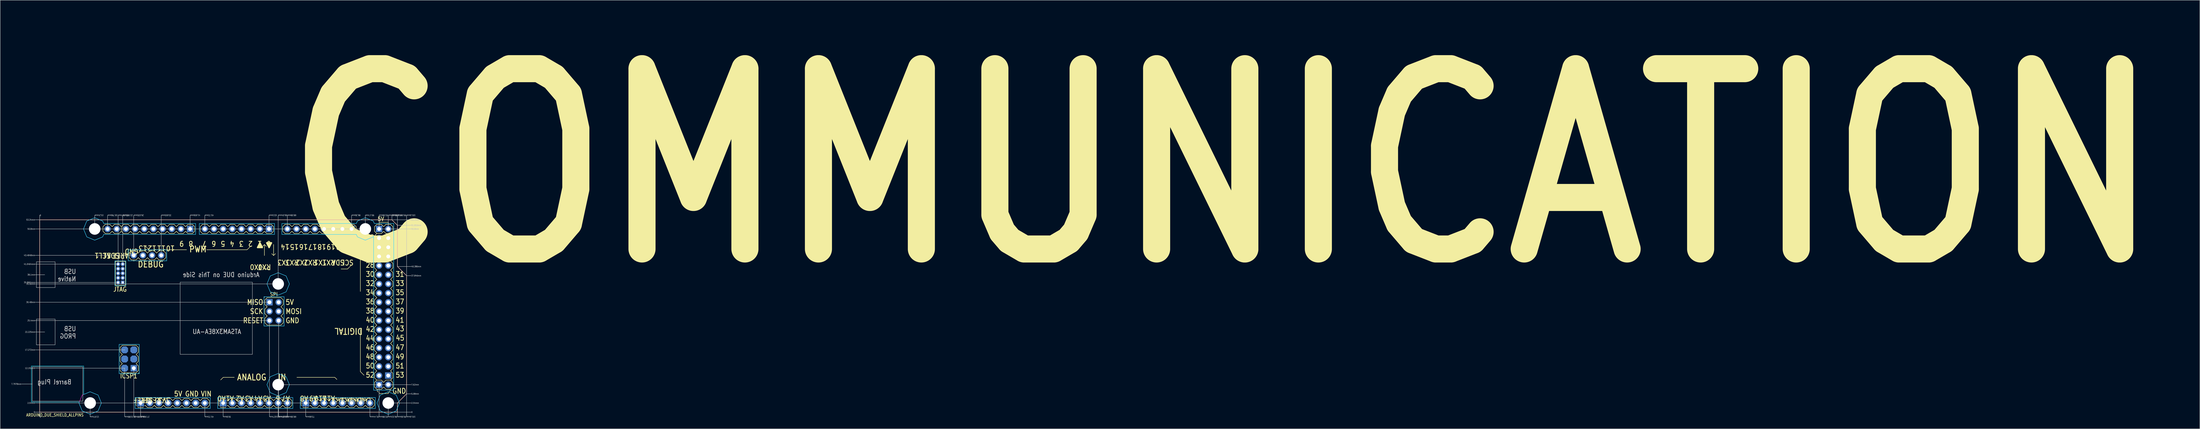
<source format=kicad_pcb>
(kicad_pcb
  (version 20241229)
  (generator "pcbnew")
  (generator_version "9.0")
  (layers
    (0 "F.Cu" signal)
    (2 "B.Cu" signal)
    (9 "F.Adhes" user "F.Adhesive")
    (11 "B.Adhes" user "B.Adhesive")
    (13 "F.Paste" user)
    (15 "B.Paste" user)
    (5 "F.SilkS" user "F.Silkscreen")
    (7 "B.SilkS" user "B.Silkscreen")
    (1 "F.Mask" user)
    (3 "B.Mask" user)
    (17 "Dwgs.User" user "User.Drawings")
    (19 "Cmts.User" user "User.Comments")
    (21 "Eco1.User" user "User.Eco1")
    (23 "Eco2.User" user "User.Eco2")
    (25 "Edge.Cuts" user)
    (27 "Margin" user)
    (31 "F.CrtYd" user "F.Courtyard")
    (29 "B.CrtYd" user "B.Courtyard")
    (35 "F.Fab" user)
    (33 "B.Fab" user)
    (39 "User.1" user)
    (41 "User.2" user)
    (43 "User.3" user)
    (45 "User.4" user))
  (footprint "ARDUINO_DUE_SHIELD_ALLPINS"
    (layer "F.Cu")
    (at 7.94 111.235)
    (property "Reference" "ARDUINO_DUE_SHIELD_ALLPINS" (at -3.81 1.27 0) (unlocked yes) (layer "F.SilkS") (effects (font (size 0.813 0.695) (thickness 0.122)) (justify left bottom)))
    (fp_circle (center 13.97 -2.54) (end 16.82 -2.54) (stroke (width 0) (type solid)) (fill yes) (layer "F.Mask"))
    (fp_circle (center 13.97 -2.54) (end 16.82 -2.54) (stroke (width 0) (type solid)) (fill yes) (layer "F.Mask"))
    (fp_circle (center 15.24 -50.8) (end 18.09 -50.8) (stroke (width 0) (type solid)) (fill yes) (layer "F.Mask"))
    (fp_circle (center 15.24 -50.8) (end 18.09 -50.8) (stroke (width 0) (type solid)) (fill yes) (layer "F.Mask"))
    (fp_circle (center 66.04 -35.56) (end 68.89 -35.56) (stroke (width 0) (type solid)) (fill yes) (layer "F.Mask"))
    (fp_circle (center 66.04 -35.56) (end 68.89 -35.56) (stroke (width 0) (type solid)) (fill yes) (layer "F.Mask"))
    (fp_circle (center 66.04 -7.62) (end 68.89 -7.62) (stroke (width 0) (type solid)) (fill yes) (layer "F.Mask"))
    (fp_circle (center 66.04 -7.62) (end 68.89 -7.62) (stroke (width 0) (type solid)) (fill yes) (layer "F.Mask"))
    (fp_circle (center 90.17 -50.8) (end 93.02 -50.8) (stroke (width 0) (type solid)) (fill yes) (layer "F.Mask"))
    (fp_circle (center 90.17 -50.8) (end 93.02 -50.8) (stroke (width 0) (type solid)) (fill yes) (layer "F.Mask"))
    (fp_circle (center 96.52 -2.54) (end 99.37 -2.54) (stroke (width 0) (type solid)) (fill yes) (layer "F.Mask"))
    (fp_circle (center 96.52 -2.54) (end 99.37 -2.54) (stroke (width 0) (type solid)) (fill yes) (layer "F.Mask"))
    (fp_circle (center 13.97 -2.54) (end 16.82 -2.54) (stroke (width 0) (type solid)) (fill yes) (layer "B.Mask"))
    (fp_circle (center 15.24 -50.8) (end 18.09 -50.8) (stroke (width 0) (type solid)) (fill yes) (layer "B.Mask"))
    (fp_circle (center 66.04 -35.56) (end 68.89 -35.56) (stroke (width 0) (type solid)) (fill yes) (layer "B.Mask"))
    (fp_circle (center 66.04 -7.62) (end 68.89 -7.62) (stroke (width 0) (type solid)) (fill yes) (layer "B.Mask"))
    (fp_circle (center 90.17 -50.8) (end 93.02 -50.8) (stroke (width 0) (type solid)) (fill yes) (layer "B.Mask"))
    (fp_circle (center 96.52 -2.54) (end 99.37 -2.54) (stroke (width 0) (type solid)) (fill yes) (layer "B.Mask"))
    (fp_line (start 0 -53.34) (end 97.536 -53.34) (stroke (width 0.127) (type solid)) (layer "F.SilkS"))
    (fp_line (start 0 0) (end 0 -53.34) (stroke (width 0.127) (type solid)) (layer "F.SilkS"))
    (fp_line (start 17.526 -51.435) (end 17.526 -50.165) (stroke (width 0.127) (type solid)) (layer "F.SilkS"))
    (fp_line (start 17.526 -50.165) (end 18.161 -49.53) (stroke (width 0.127) (type solid)) (layer "F.SilkS"))
    (fp_line (start 18.161 -52.07) (end 17.526 -51.435) (stroke (width 0.127) (type solid)) (layer "F.SilkS"))
    (fp_line (start 18.161 -49.53) (end 19.431 -49.53) (stroke (width 0.127) (type solid)) (layer "F.SilkS"))
    (fp_line (start 19.431 -52.07) (end 18.161 -52.07) (stroke (width 0.127) (type solid)) (layer "F.SilkS"))
    (fp_line (start 19.431 -49.53) (end 20.066 -50.165) (stroke (width 0.127) (type solid)) (layer "F.SilkS"))
    (fp_line (start 20.066 -51.435) (end 19.431 -52.07) (stroke (width 0.127) (type solid)) (layer "F.SilkS"))
    (fp_line (start 20.066 -50.165) (end 20.701 -49.53) (stroke (width 0.127) (type solid)) (layer "F.SilkS"))
    (fp_line (start 20.701 -52.07) (end 20.066 -51.435) (stroke (width 0.127) (type solid)) (layer "F.SilkS"))
    (fp_line (start 20.701 -49.53) (end 21.971 -49.53) (stroke (width 0.127) (type solid)) (layer "F.SilkS"))
    (fp_line (start 20.925 -40.252) (end 20.919 -40.252) (stroke (width 0.127) (type solid)) (layer "F.SilkS"))
    (fp_line (start 20.955 -41.808) (end 20.955 -35.192) (stroke (width 0.127) (type solid)) (layer "F.SilkS"))
    (fp_line (start 20.955 -35.192) (end 23.749 -35.192) (stroke (width 0.127) (type solid)) (layer "F.SilkS"))
    (fp_line (start 21.971 -52.07) (end 20.701 -52.07) (stroke (width 0.127) (type solid)) (layer "F.SilkS"))
    (fp_line (start 21.971 -49.53) (end 22.606 -50.165) (stroke (width 0.127) (type solid)) (layer "F.SilkS"))
    (fp_line (start 22.249 -17.907) (end 22.249 -16.637) (stroke (width 0.127) (type solid)) (layer "F.SilkS"))
    (fp_line (start 22.249 -16.637) (end 22.884 -16.002) (stroke (width 0.127) (type solid)) (layer "F.SilkS"))
    (fp_line (start 22.249 -15.367) (end 22.249 -14.097) (stroke (width 0.127) (type solid)) (layer "F.SilkS"))
    (fp_line (start 22.249 -14.097) (end 22.884 -13.462) (stroke (width 0.127) (type solid)) (layer "F.SilkS"))
    (fp_line (start 22.249 -12.827) (end 22.249 -11.557) (stroke (width 0.127) (type solid)) (layer "F.SilkS"))
    (fp_line (start 22.249 -11.557) (end 22.884 -10.922) (stroke (width 0.127) (type solid)) (layer "F.SilkS"))
    (fp_line (start 22.606 -51.435) (end 21.971 -52.07) (stroke (width 0.127) (type solid)) (layer "F.SilkS"))
    (fp_line (start 22.606 -51.435) (end 22.606 -50.165) (stroke (width 0.127) (type solid)) (layer "F.SilkS"))
    (fp_line (start 22.606 -50.165) (end 23.241 -49.53) (stroke (width 0.127) (type solid)) (layer "F.SilkS"))
    (fp_line (start 22.884 -18.542) (end 22.249 -17.907) (stroke (width 0.127) (type solid)) (layer "F.SilkS"))
    (fp_line (start 22.884 -16.002) (end 22.249 -15.367) (stroke (width 0.127) (type solid)) (layer "F.SilkS"))
    (fp_line (start 22.884 -13.462) (end 22.249 -12.827) (stroke (width 0.127) (type solid)) (layer "F.SilkS"))
    (fp_line (start 22.884 -10.922) (end 26.694 -10.922) (stroke (width 0.127) (type solid)) (layer "F.SilkS"))
    (fp_line (start 23.241 -52.07) (end 22.606 -51.435) (stroke (width 0.127) (type solid)) (layer "F.SilkS"))
    (fp_line (start 23.241 -49.53) (end 24.511 -49.53) (stroke (width 0.127) (type solid)) (layer "F.SilkS"))
    (fp_line (start 23.749 -41.808) (end 20.955 -41.808) (stroke (width 0.127) (type solid)) (layer "F.SilkS"))
    (fp_line (start 23.749 -35.192) (end 23.749 -41.808) (stroke (width 0.127) (type solid)) (layer "F.SilkS"))
    (fp_line (start 24.511 -52.07) (end 23.241 -52.07) (stroke (width 0.127) (type solid)) (layer "F.SilkS"))
    (fp_line (start 24.511 -49.53) (end 25.146 -50.165) (stroke (width 0.127) (type solid)) (layer "F.SilkS"))
    (fp_line (start 24.765 -44.12) (end 24.765 -42.85) (stroke (width 0.127) (type solid)) (layer "F.SilkS"))
    (fp_line (start 24.765 -42.85) (end 25.4 -42.215) (stroke (width 0.127) (type solid)) (layer "F.SilkS"))
    (fp_line (start 25.146 -51.435) (end 24.511 -52.07) (stroke (width 0.127) (type solid)) (layer "F.SilkS"))
    (fp_line (start 25.146 -50.165) (end 25.781 -49.53) (stroke (width 0.127) (type solid)) (layer "F.SilkS"))
    (fp_line (start 25.4 -44.755) (end 24.765 -44.12) (stroke (width 0.127) (type solid)) (layer "F.SilkS"))
    (fp_line (start 25.4 -42.215) (end 26.67 -42.215) (stroke (width 0.127) (type solid)) (layer "F.SilkS"))
    (fp_line (start 25.781 -52.07) (end 25.146 -51.435) (stroke (width 0.127) (type solid)) (layer "F.SilkS"))
    (fp_line (start 25.781 -49.53) (end 27.051 -49.53) (stroke (width 0.127) (type solid)) (layer "F.SilkS"))
    (fp_line (start 26.076 -41.869) (end 26.076 -42.072) (stroke (width 0.127) (type solid)) (layer "F.SilkS"))
    (fp_line (start 26.67 -44.755) (end 25.4 -44.755) (stroke (width 0.127) (type solid)) (layer "F.SilkS"))
    (fp_line (start 26.67 -42.215) (end 27.305 -42.85) (stroke (width 0.127) (type solid)) (layer "F.SilkS"))
    (fp_line (start 26.67 -3.175) (end 26.67 -1.905) (stroke (width 0.127) (type solid)) (layer "F.SilkS"))
    (fp_line (start 26.67 -1.905) (end 26.814 -1.761) (stroke (width 0.127) (type solid)) (layer "F.SilkS"))
    (fp_line (start 26.694 -18.542) (end 22.884 -18.542) (stroke (width 0.127) (type solid)) (layer "F.SilkS"))
    (fp_line (start 26.694 -16.002) (end 27.329 -16.637) (stroke (width 0.127) (type solid)) (layer "F.SilkS"))
    (fp_line (start 26.694 -13.462) (end 27.329 -14.097) (stroke (width 0.127) (type solid)) (layer "F.SilkS"))
    (fp_line (start 26.694 -10.922) (end 27.329 -11.557) (stroke (width 0.127) (type solid)) (layer "F.SilkS"))
    (fp_line (start 26.814 -3.319) (end 26.67 -3.175) (stroke (width 0.127) (type solid)) (layer "F.SilkS"))
    (fp_line (start 27.051 -52.07) (end 25.781 -52.07) (stroke (width 0.127) (type solid)) (layer "F.SilkS"))
    (fp_line (start 27.051 -49.53) (end 27.686 -50.165) (stroke (width 0.127) (type solid)) (layer "F.SilkS"))
    (fp_line (start 27.161 -1.414) (end 27.305 -1.27) (stroke (width 0.127) (type solid)) (layer "F.SilkS"))
    (fp_line (start 27.305 -44.12) (end 26.67 -44.755) (stroke (width 0.127) (type solid)) (layer "F.SilkS"))
    (fp_line (start 27.305 -42.85) (end 27.94 -42.215) (stroke (width 0.127) (type solid)) (layer "F.SilkS"))
    (fp_line (start 27.305 -3.81) (end 27.161 -3.666) (stroke (width 0.127) (type solid)) (layer "F.SilkS"))
    (fp_line (start 27.305 -3.81) (end 28.575 -3.81) (stroke (width 0.127) (type solid)) (layer "F.SilkS"))
    (fp_line (start 27.329 -17.907) (end 26.694 -18.542) (stroke (width 0.127) (type solid)) (layer "F.SilkS"))
    (fp_line (start 27.329 -16.637) (end 27.329 -17.907) (stroke (width 0.127) (type solid)) (layer "F.SilkS"))
    (fp_line (start 27.329 -15.367) (end 26.694 -16.002) (stroke (width 0.127) (type solid)) (layer "F.SilkS"))
    (fp_line (start 27.329 -14.097) (end 27.329 -15.367) (stroke (width 0.127) (type solid)) (layer "F.SilkS"))
    (fp_line (start 27.329 -12.827) (end 26.694 -13.462) (stroke (width 0.127) (type solid)) (layer "F.SilkS"))
    (fp_line (start 27.329 -11.557) (end 27.329 -12.827) (stroke (width 0.127) (type solid)) (layer "F.SilkS"))
    (fp_line (start 27.686 -51.435) (end 27.051 -52.07) (stroke (width 0.127) (type solid)) (layer "F.SilkS"))
    (fp_line (start 27.686 -50.165) (end 28.321 -49.53) (stroke (width 0.127) (type solid)) (layer "F.SilkS"))
    (fp_line (start 27.94 -44.755) (end 27.305 -44.12) (stroke (width 0.127) (type solid)) (layer "F.SilkS"))
    (fp_line (start 27.94 -42.215) (end 29.21 -42.215) (stroke (width 0.127) (type solid)) (layer "F.SilkS"))
    (fp_line (start 28.321 -52.07) (end 27.686 -51.435) (stroke (width 0.127) (type solid)) (layer "F.SilkS"))
    (fp_line (start 28.321 -49.53) (end 29.591 -49.53) (stroke (width 0.127) (type solid)) (layer "F.SilkS"))
    (fp_line (start 28.575 -3.81) (end 28.719 -3.666) (stroke (width 0.127) (type solid)) (layer "F.SilkS"))
    (fp_line (start 28.575 -1.27) (end 27.305 -1.27) (stroke (width 0.127) (type solid)) (layer "F.SilkS"))
    (fp_line (start 28.719 -1.414) (end 28.575 -1.27) (stroke (width 0.127) (type solid)) (layer "F.SilkS"))
    (fp_line (start 29.066 -3.319) (end 29.21 -3.175) (stroke (width 0.127) (type solid)) (layer "F.SilkS"))
    (fp_line (start 29.21 -44.755) (end 27.94 -44.755) (stroke (width 0.127) (type solid)) (layer "F.SilkS"))
    (fp_line (start 29.21 -42.215) (end 29.845 -42.85) (stroke (width 0.127) (type solid)) (layer "F.SilkS"))
    (fp_line (start 29.21 -3.175) (end 29.845 -3.81) (stroke (width 0.127) (type solid)) (layer "F.SilkS"))
    (fp_line (start 29.21 -1.905) (end 29.066 -1.761) (stroke (width 0.127) (type solid)) (layer "F.SilkS"))
    (fp_line (start 29.591 -52.07) (end 28.321 -52.07) (stroke (width 0.127) (type solid)) (layer "F.SilkS"))
    (fp_line (start 29.591 -49.53) (end 30.226 -50.165) (stroke (width 0.127) (type solid)) (layer "F.SilkS"))
    (fp_line (start 29.845 -44.12) (end 29.21 -44.755) (stroke (width 0.127) (type solid)) (layer "F.SilkS"))
    (fp_line (start 29.845 -42.85) (end 30.48 -42.215) (stroke (width 0.127) (type solid)) (layer "F.SilkS"))
    (fp_line (start 29.845 -3.81) (end 31.115 -3.81) (stroke (width 0.127) (type solid)) (layer "F.SilkS"))
    (fp_line (start 29.845 -1.27) (end 29.21 -1.905) (stroke (width 0.127) (type solid)) (layer "F.SilkS"))
    (fp_line (start 30.226 -51.435) (end 29.591 -52.07) (stroke (width 0.127) (type solid)) (layer "F.SilkS"))
    (fp_line (start 30.226 -50.165) (end 30.861 -49.53) (stroke (width 0.127) (type solid)) (layer "F.SilkS"))
    (fp_line (start 30.251 -45.034) (end 29.362 -45.923) (stroke (width 0.127) (type solid)) (layer "F.SilkS"))
    (fp_line (start 30.48 -44.755) (end 29.845 -44.12) (stroke (width 0.127) (type solid)) (layer "F.SilkS"))
    (fp_line (start 30.48 -42.215) (end 31.75 -42.215) (stroke (width 0.127) (type solid)) (layer "F.SilkS"))
    (fp_line (start 30.861 -52.07) (end 30.226 -51.435) (stroke (width 0.127) (type solid)) (layer "F.SilkS"))
    (fp_line (start 30.861 -49.53) (end 32.131 -49.53) (stroke (width 0.127) (type solid)) (layer "F.SilkS"))
    (fp_line (start 31.115 -3.81) (end 31.75 -3.175) (stroke (width 0.127) (type solid)) (layer "F.SilkS"))
    (fp_line (start 31.115 -1.27) (end 29.845 -1.27) (stroke (width 0.127) (type solid)) (layer "F.SilkS"))
    (fp_line (start 31.75 -44.755) (end 30.48 -44.755) (stroke (width 0.127) (type solid)) (layer "F.SilkS"))
    (fp_line (start 31.75 -42.215) (end 32.385 -42.85) (stroke (width 0.127) (type solid)) (layer "F.SilkS"))
    (fp_line (start 31.75 -3.175) (end 32.385 -3.81) (stroke (width 0.127) (type solid)) (layer "F.SilkS"))
    (fp_line (start 31.75 -1.905) (end 31.115 -1.27) (stroke (width 0.127) (type solid)) (layer "F.SilkS"))
    (fp_line (start 31.757 -1.918) (end 32.392 -1.283) (stroke (width 0.127) (type solid)) (layer "F.SilkS"))
    (fp_line (start 32.131 -52.07) (end 30.861 -52.07) (stroke (width 0.127) (type solid)) (layer "F.SilkS"))
    (fp_line (start 32.131 -49.53) (end 32.766 -50.165) (stroke (width 0.127) (type solid)) (layer "F.SilkS"))
    (fp_line (start 32.385 -44.12) (end 31.75 -44.755) (stroke (width 0.127) (type solid)) (layer "F.SilkS"))
    (fp_line (start 32.385 -42.85) (end 33.02 -42.215) (stroke (width 0.127) (type solid)) (layer "F.SilkS"))
    (fp_line (start 32.385 -1.27) (end 31.75 -1.905) (stroke (width 0.127) (type solid)) (layer "F.SilkS"))
    (fp_line (start 32.392 -3.823) (end 31.757 -3.188) (stroke (width 0.127) (type solid)) (layer "F.SilkS"))
    (fp_line (start 32.392 -3.823) (end 33.662 -3.823) (stroke (width 0.127) (type solid)) (layer "F.SilkS"))
    (fp_line (start 32.766 -51.435) (end 32.131 -52.07) (stroke (width 0.127) (type solid)) (layer "F.SilkS"))
    (fp_line (start 32.766 -50.165) (end 33.401 -49.53) (stroke (width 0.127) (type solid)) (layer "F.SilkS"))
    (fp_line (start 33.02 -44.755) (end 32.385 -44.12) (stroke (width 0.127) (type solid)) (layer "F.SilkS"))
    (fp_line (start 33.02 -42.215) (end 34.29 -42.215) (stroke (width 0.127) (type solid)) (layer "F.SilkS"))
    (fp_line (start 33.401 -52.07) (end 32.766 -51.435) (stroke (width 0.127) (type solid)) (layer "F.SilkS"))
    (fp_line (start 33.401 -49.53) (end 34.671 -49.53) (stroke (width 0.127) (type solid)) (layer "F.SilkS"))
    (fp_line (start 33.662 -3.823) (end 34.297 -3.188) (stroke (width 0.127) (type solid)) (layer "F.SilkS"))
    (fp_line (start 33.662 -1.283) (end 32.392 -1.283) (stroke (width 0.127) (type solid)) (layer "F.SilkS"))
    (fp_line (start 34.29 -44.755) (end 33.02 -44.755) (stroke (width 0.127) (type solid)) (layer "F.SilkS"))
    (fp_line (start 34.29 -42.215) (end 34.925 -42.85) (stroke (width 0.127) (type solid)) (layer "F.SilkS"))
    (fp_line (start 34.297 -3.188) (end 34.932 -3.823) (stroke (width 0.127) (type solid)) (layer "F.SilkS"))
    (fp_line (start 34.297 -1.918) (end 33.662 -1.283) (stroke (width 0.127) (type solid)) (layer "F.SilkS"))
    (fp_line (start 34.671 -52.07) (end 33.401 -52.07) (stroke (width 0.127) (type solid)) (layer "F.SilkS"))
    (fp_line (start 34.671 -49.53) (end 35.306 -50.165) (stroke (width 0.127) (type solid)) (layer "F.SilkS"))
    (fp_line (start 34.925 -44.12) (end 34.29 -44.755) (stroke (width 0.127) (type solid)) (layer "F.SilkS"))
    (fp_line (start 34.932 -3.823) (end 36.202 -3.823) (stroke (width 0.127) (type solid)) (layer "F.SilkS"))
    (fp_line (start 34.932 -1.283) (end 34.297 -1.918) (stroke (width 0.127) (type solid)) (layer "F.SilkS"))
    (fp_line (start 34.939 -42.887) (end 34.94 -44.105) (stroke (width 0.127) (type solid)) (layer "F.SilkS"))
    (fp_line (start 35.306 -51.435) (end 34.671 -52.07) (stroke (width 0.127) (type solid)) (layer "F.SilkS"))
    (fp_line (start 35.306 -50.165) (end 35.941 -49.53) (stroke (width 0.127) (type solid)) (layer "F.SilkS"))
    (fp_line (start 35.941 -52.07) (end 35.306 -51.435) (stroke (width 0.127) (type solid)) (layer "F.SilkS"))
    (fp_line (start 35.941 -49.53) (end 37.211 -49.53) (stroke (width 0.127) (type solid)) (layer "F.SilkS"))
    (fp_line (start 36.202 -3.823) (end 36.837 -3.188) (stroke (width 0.127) (type solid)) (layer "F.SilkS"))
    (fp_line (start 36.202 -1.283) (end 34.932 -1.283) (stroke (width 0.127) (type solid)) (layer "F.SilkS"))
    (fp_line (start 36.837 -3.188) (end 37.472 -3.823) (stroke (width 0.127) (type solid)) (layer "F.SilkS"))
    (fp_line (start 36.837 -1.918) (end 36.202 -1.283) (stroke (width 0.127) (type solid)) (layer "F.SilkS"))
    (fp_line (start 37.211 -52.07) (end 35.941 -52.07) (stroke (width 0.127) (type solid)) (layer "F.SilkS"))
    (fp_line (start 37.211 -49.53) (end 37.846 -50.165) (stroke (width 0.127) (type solid)) (layer "F.SilkS"))
    (fp_line (start 37.472 -3.823) (end 38.742 -3.823) (stroke (width 0.127) (type solid)) (layer "F.SilkS"))
    (fp_line (start 37.472 -1.283) (end 36.837 -1.918) (stroke (width 0.127) (type solid)) (layer "F.SilkS"))
    (fp_line (start 37.846 -51.435) (end 37.211 -52.07) (stroke (width 0.127) (type solid)) (layer "F.SilkS"))
    (fp_line (start 37.846 -50.165) (end 38.481 -49.53) (stroke (width 0.127) (type solid)) (layer "F.SilkS"))
    (fp_line (start 38.481 -52.07) (end 37.846 -51.435) (stroke (width 0.127) (type solid)) (layer "F.SilkS"))
    (fp_line (start 38.481 -49.53) (end 39.751 -49.53) (stroke (width 0.127) (type solid)) (layer "F.SilkS"))
    (fp_line (start 38.742 -3.823) (end 39.377 -3.188) (stroke (width 0.127) (type solid)) (layer "F.SilkS"))
    (fp_line (start 38.742 -1.283) (end 37.472 -1.283) (stroke (width 0.127) (type solid)) (layer "F.SilkS"))
    (fp_line (start 39.377 -1.918) (end 38.742 -1.283) (stroke (width 0.127) (type solid)) (layer "F.SilkS"))
    (fp_line (start 39.377 -1.918) (end 40.012 -1.283) (stroke (width 0.127) (type solid)) (layer "F.SilkS"))
    (fp_line (start 39.751 -52.07) (end 38.481 -52.07) (stroke (width 0.127) (type solid)) (layer "F.SilkS"))
    (fp_line (start 39.751 -49.53) (end 40.386 -50.165) (stroke (width 0.127) (type solid)) (layer "F.SilkS"))
    (fp_line (start 40.012 -3.823) (end 39.377 -3.188) (stroke (width 0.127) (type solid)) (layer "F.SilkS"))
    (fp_line (start 40.012 -3.823) (end 41.282 -3.823) (stroke (width 0.127) (type solid)) (layer "F.SilkS"))
    (fp_line (start 40.386 -51.435) (end 39.751 -52.07) (stroke (width 0.127) (type solid)) (layer "F.SilkS"))
    (fp_line (start 40.386 -50.165) (end 41.021 -49.53) (stroke (width 0.127) (type solid)) (layer "F.SilkS"))
    (fp_line (start 40.665 -45.034) (end 30.251 -45.034) (stroke (width 0.127) (type solid)) (layer "F.SilkS"))
    (fp_line (start 41.021 -52.07) (end 40.386 -51.435) (stroke (width 0.127) (type solid)) (layer "F.SilkS"))
    (fp_line (start 41.021 -49.53) (end 42.291 -49.53) (stroke (width 0.127) (type solid)) (layer "F.SilkS"))
    (fp_line (start 41.282 -3.823) (end 41.917 -3.188) (stroke (width 0.127) (type solid)) (layer "F.SilkS"))
    (fp_line (start 41.282 -1.283) (end 40.012 -1.283) (stroke (width 0.127) (type solid)) (layer "F.SilkS"))
    (fp_line (start 41.917 -3.188) (end 42.552 -3.823) (stroke (width 0.127) (type solid)) (layer "F.SilkS"))
    (fp_line (start 41.917 -1.918) (end 41.282 -1.283) (stroke (width 0.127) (type solid)) (layer "F.SilkS"))
    (fp_line (start 42.291 -52.07) (end 41.021 -52.07) (stroke (width 0.127) (type solid)) (layer "F.SilkS"))
    (fp_line (start 42.291 -49.53) (end 42.926 -50.165) (stroke (width 0.127) (type solid)) (layer "F.SilkS"))
    (fp_line (start 42.552 -3.823) (end 43.822 -3.823) (stroke (width 0.127) (type solid)) (layer "F.SilkS"))
    (fp_line (start 42.552 -1.283) (end 41.917 -1.918) (stroke (width 0.127) (type solid)) (layer "F.SilkS"))
    (fp_line (start 42.926 -51.435) (end 42.291 -52.07) (stroke (width 0.127) (type solid)) (layer "F.SilkS"))
    (fp_line (start 42.926 -50.165) (end 42.926 -51.435) (stroke (width 0.127) (type solid)) (layer "F.SilkS"))
    (fp_line (start 43.822 -3.823) (end 44.457 -3.188) (stroke (width 0.127) (type solid)) (layer "F.SilkS"))
    (fp_line (start 43.822 -1.283) (end 42.552 -1.283) (stroke (width 0.127) (type solid)) (layer "F.SilkS"))
    (fp_line (start 44.45 -51.435) (end 44.45 -50.165) (stroke (width 0.127) (type solid)) (layer "F.SilkS"))
    (fp_line (start 44.45 -50.165) (end 45.085 -49.53) (stroke (width 0.127) (type solid)) (layer "F.SilkS"))
    (fp_line (start 44.457 -3.188) (end 45.092 -3.823) (stroke (width 0.127) (type solid)) (layer "F.SilkS"))
    (fp_line (start 44.457 -1.918) (end 43.822 -1.283) (stroke (width 0.127) (type solid)) (layer "F.SilkS"))
    (fp_line (start 45.085 -52.07) (end 44.45 -51.435) (stroke (width 0.127) (type solid)) (layer "F.SilkS"))
    (fp_line (start 45.085 -49.53) (end 46.355 -49.53) (stroke (width 0.127) (type solid)) (layer "F.SilkS"))
    (fp_line (start 45.092 -3.823) (end 46.362 -3.823) (stroke (width 0.127) (type solid)) (layer "F.SilkS"))
    (fp_line (start 45.092 -1.283) (end 44.457 -1.918) (stroke (width 0.127) (type solid)) (layer "F.SilkS"))
    (fp_line (start 46.253 -45.034) (end 57.429 -45.034) (stroke (width 0.127) (type solid)) (layer "F.SilkS"))
    (fp_line (start 46.355 -52.07) (end 45.085 -52.07) (stroke (width 0.127) (type solid)) (layer "F.SilkS"))
    (fp_line (start 46.355 -49.53) (end 46.99 -50.165) (stroke (width 0.127) (type solid)) (layer "F.SilkS"))
    (fp_line (start 46.362 -3.823) (end 46.997 -3.188) (stroke (width 0.127) (type solid)) (layer "F.SilkS"))
    (fp_line (start 46.362 -1.283) (end 45.092 -1.283) (stroke (width 0.127) (type solid)) (layer "F.SilkS"))
    (fp_line (start 46.99 -51.435) (end 46.355 -52.07) (stroke (width 0.127) (type solid)) (layer "F.SilkS"))
    (fp_line (start 46.99 -50.165) (end 47.625 -49.53) (stroke (width 0.127) (type solid)) (layer "F.SilkS"))
    (fp_line (start 46.997 -3.188) (end 46.997 -1.918) (stroke (width 0.127) (type solid)) (layer "F.SilkS"))
    (fp_line (start 46.997 -1.918) (end 46.362 -1.283) (stroke (width 0.127) (type solid)) (layer "F.SilkS"))
    (fp_line (start 47.625 -52.07) (end 46.99 -51.435) (stroke (width 0.127) (type solid)) (layer "F.SilkS"))
    (fp_line (start 47.625 -49.53) (end 48.895 -49.53) (stroke (width 0.127) (type solid)) (layer "F.SilkS"))
    (fp_line (start 48.895 -52.07) (end 47.625 -52.07) (stroke (width 0.127) (type solid)) (layer "F.SilkS"))
    (fp_line (start 48.895 -49.53) (end 49.53 -50.165) (stroke (width 0.127) (type solid)) (layer "F.SilkS"))
    (fp_line (start 49.53 -51.435) (end 48.895 -52.07) (stroke (width 0.127) (type solid)) (layer "F.SilkS"))
    (fp_line (start 49.53 -50.165) (end 50.165 -49.53) (stroke (width 0.127) (type solid)) (layer "F.SilkS"))
    (fp_line (start 49.53 -3.188) (end 49.53 -1.918) (stroke (width 0.127) (type solid)) (layer "F.SilkS"))
    (fp_line (start 49.53 -1.918) (end 49.674 -1.774) (stroke (width 0.127) (type solid)) (layer "F.SilkS"))
    (fp_line (start 49.674 -3.332) (end 49.53 -3.188) (stroke (width 0.127) (type solid)) (layer "F.SilkS"))
    (fp_line (start 50.034 -1.414) (end 50.165 -1.283) (stroke (width 0.127) (type solid)) (layer "F.SilkS"))
    (fp_line (start 50.165 -52.07) (end 49.53 -51.435) (stroke (width 0.127) (type solid)) (layer "F.SilkS"))
    (fp_line (start 50.165 -49.53) (end 51.435 -49.53) (stroke (width 0.127) (type solid)) (layer "F.SilkS"))
    (fp_line (start 50.165 -3.823) (end 50.008 -3.666) (stroke (width 0.127) (type solid)) (layer "F.SilkS"))
    (fp_line (start 50.165 -3.823) (end 51.435 -3.823) (stroke (width 0.127) (type solid)) (layer "F.SilkS"))
    (fp_line (start 50.825 -9.652) (end 50.114 -8.941) (stroke (width 0.127) (type solid)) (layer "F.SilkS"))
    (fp_line (start 51.435 -52.07) (end 50.165 -52.07) (stroke (width 0.127) (type solid)) (layer "F.SilkS"))
    (fp_line (start 51.435 -49.53) (end 52.07 -50.165) (stroke (width 0.127) (type solid)) (layer "F.SilkS"))
    (fp_line (start 51.435 -3.823) (end 51.592 -3.666) (stroke (width 0.127) (type solid)) (layer "F.SilkS"))
    (fp_line (start 51.435 -1.283) (end 50.165 -1.283) (stroke (width 0.127) (type solid)) (layer "F.SilkS"))
    (fp_line (start 51.566 -1.414) (end 51.435 -1.283) (stroke (width 0.127) (type solid)) (layer "F.SilkS"))
    (fp_line (start 51.926 -3.332) (end 52.07 -3.188) (stroke (width 0.127) (type solid)) (layer "F.SilkS"))
    (fp_line (start 52.07 -51.435) (end 51.435 -52.07) (stroke (width 0.127) (type solid)) (layer "F.SilkS"))
    (fp_line (start 52.07 -50.165) (end 52.705 -49.53) (stroke (width 0.127) (type solid)) (layer "F.SilkS"))
    (fp_line (start 52.07 -3.188) (end 52.705 -3.823) (stroke (width 0.127) (type solid)) (layer "F.SilkS"))
    (fp_line (start 52.07 -1.918) (end 51.926 -1.774) (stroke (width 0.127) (type solid)) (layer "F.SilkS"))
    (fp_line (start 52.705 -52.07) (end 52.07 -51.435) (stroke (width 0.127) (type solid)) (layer "F.SilkS"))
    (fp_line (start 52.705 -49.53) (end 53.975 -49.53) (stroke (width 0.127) (type solid)) (layer "F.SilkS"))
    (fp_line (start 52.705 -3.823) (end 53.975 -3.823) (stroke (width 0.127) (type solid)) (layer "F.SilkS"))
    (fp_line (start 52.705 -1.283) (end 52.07 -1.918) (stroke (width 0.127) (type solid)) (layer "F.SilkS"))
    (fp_line (start 53.873 -9.652) (end 50.825 -9.652) (stroke (width 0.127) (type solid)) (layer "F.SilkS"))
    (fp_line (start 53.975 -52.07) (end 52.705 -52.07) (stroke (width 0.127) (type solid)) (layer "F.SilkS"))
    (fp_line (start 53.975 -49.53) (end 54.61 -50.165) (stroke (width 0.127) (type solid)) (layer "F.SilkS"))
    (fp_line (start 53.975 -3.823) (end 54.61 -3.188) (stroke (width 0.127) (type solid)) (layer "F.SilkS"))
    (fp_line (start 53.975 -1.283) (end 52.705 -1.283) (stroke (width 0.127) (type solid)) (layer "F.SilkS"))
    (fp_line (start 54.61 -51.435) (end 53.975 -52.07) (stroke (width 0.127) (type solid)) (layer "F.SilkS"))
    (fp_line (start 54.61 -50.165) (end 55.245 -49.53) (stroke (width 0.127) (type solid)) (layer "F.SilkS"))
    (fp_line (start 54.61 -3.188) (end 55.245 -3.823) (stroke (width 0.127) (type solid)) (layer "F.SilkS"))
    (fp_line (start 54.61 -1.918) (end 53.975 -1.283) (stroke (width 0.127) (type solid)) (layer "F.SilkS"))
    (fp_line (start 55.245 -52.07) (end 54.61 -51.435) (stroke (width 0.127) (type solid)) (layer "F.SilkS"))
    (fp_line (start 55.245 -49.53) (end 56.515 -49.53) (stroke (width 0.127) (type solid)) (layer "F.SilkS"))
    (fp_line (start 55.245 -3.823) (end 56.515 -3.823) (stroke (width 0.127) (type solid)) (layer "F.SilkS"))
    (fp_line (start 55.245 -1.283) (end 54.61 -1.918) (stroke (width 0.127) (type solid)) (layer "F.SilkS"))
    (fp_line (start 56.515 -52.07) (end 55.245 -52.07) (stroke (width 0.127) (type solid)) (layer "F.SilkS"))
    (fp_line (start 56.515 -49.53) (end 57.15 -50.165) (stroke (width 0.127) (type solid)) (layer "F.SilkS"))
    (fp_line (start 56.515 -3.823) (end 57.15 -3.188) (stroke (width 0.127) (type solid)) (layer "F.SilkS"))
    (fp_line (start 56.515 -1.283) (end 55.245 -1.283) (stroke (width 0.127) (type solid)) (layer "F.SilkS"))
    (fp_line (start 57.15 -51.435) (end 56.515 -52.07) (stroke (width 0.127) (type solid)) (layer "F.SilkS"))
    (fp_line (start 57.15 -50.165) (end 57.785 -49.53) (stroke (width 0.127) (type solid)) (layer "F.SilkS"))
    (fp_line (start 57.15 -1.918) (end 56.515 -1.283) (stroke (width 0.127) (type solid)) (layer "F.SilkS"))
    (fp_line (start 57.15 -1.918) (end 57.785 -1.283) (stroke (width 0.127) (type solid)) (layer "F.SilkS"))
    (fp_line (start 57.429 -45.034) (end 58.445 -46.05) (stroke (width 0.127) (type solid)) (layer "F.SilkS"))
    (fp_line (start 57.785 -52.07) (end 57.15 -51.435) (stroke (width 0.127) (type solid)) (layer "F.SilkS"))
    (fp_line (start 57.785 -49.53) (end 59.055 -49.53) (stroke (width 0.127) (type solid)) (layer "F.SilkS"))
    (fp_line (start 57.785 -3.823) (end 57.15 -3.188) (stroke (width 0.127) (type solid)) (layer "F.SilkS"))
    (fp_line (start 57.785 -3.823) (end 59.055 -3.823) (stroke (width 0.127) (type solid)) (layer "F.SilkS"))
    (fp_line (start 59.055 -52.07) (end 57.785 -52.07) (stroke (width 0.127) (type solid)) (layer "F.SilkS"))
    (fp_line (start 59.055 -49.53) (end 59.69 -50.165) (stroke (width 0.127) (type solid)) (layer "F.SilkS"))
    (fp_line (start 59.055 -3.823) (end 59.69 -3.188) (stroke (width 0.127) (type solid)) (layer "F.SilkS"))
    (fp_line (start 59.055 -1.283) (end 57.785 -1.283) (stroke (width 0.127) (type solid)) (layer "F.SilkS"))
    (fp_line (start 59.69 -51.435) (end 59.055 -52.07) (stroke (width 0.127) (type solid)) (layer "F.SilkS"))
    (fp_line (start 59.69 -50.165) (end 60.325 -49.53) (stroke (width 0.127) (type solid)) (layer "F.SilkS"))
    (fp_line (start 59.69 -3.188) (end 60.325 -3.823) (stroke (width 0.127) (type solid)) (layer "F.SilkS"))
    (fp_line (start 59.69 -1.918) (end 59.055 -1.283) (stroke (width 0.127) (type solid)) (layer "F.SilkS"))
    (fp_line (start 60.325 -52.07) (end 59.69 -51.435) (stroke (width 0.127) (type solid)) (layer "F.SilkS"))
    (fp_line (start 60.325 -49.53) (end 61.595 -49.53) (stroke (width 0.127) (type solid)) (layer "F.SilkS"))
    (fp_line (start 60.325 -3.823) (end 61.595 -3.823) (stroke (width 0.127) (type solid)) (layer "F.SilkS"))
    (fp_line (start 60.325 -1.283) (end 59.69 -1.918) (stroke (width 0.127) (type solid)) (layer "F.SilkS"))
    (fp_line (start 60.35 -45.669) (end 60.985 -46.939) (stroke (width 0.406) (type solid)) (layer "F.SilkS"))
    (fp_line (start 60.35 -45.669) (end 60.985 -46.304) (stroke (width 0.406) (type solid)) (layer "F.SilkS"))
    (fp_line (start 60.985 -46.939) (end 61.62 -45.669) (stroke (width 0.406) (type solid)) (layer "F.SilkS"))
    (fp_line (start 60.985 -46.304) (end 60.985 -45.669) (stroke (width 0.406) (type solid)) (layer "F.SilkS"))
    (fp_line (start 60.985 -45.669) (end 60.35 -45.669) (stroke (width 0.406) (type solid)) (layer "F.SilkS"))
    (fp_line (start 60.985 -45.669) (end 61.62 -45.669) (stroke (width 0.406) (type solid)) (layer "F.SilkS"))
    (fp_line (start 61.112 -40.843) (end 62.255 -39.7) (stroke (width 0.127) (type solid)) (layer "F.SilkS"))
    (fp_line (start 61.595 -52.07) (end 60.325 -52.07) (stroke (width 0.127) (type solid)) (layer "F.SilkS"))
    (fp_line (start 61.595 -49.53) (end 62.23 -50.165) (stroke (width 0.127) (type solid)) (layer "F.SilkS"))
    (fp_line (start 61.595 -3.823) (end 62.23 -3.188) (stroke (width 0.127) (type solid)) (layer "F.SilkS"))
    (fp_line (start 61.595 -1.283) (end 60.325 -1.283) (stroke (width 0.127) (type solid)) (layer "F.SilkS"))
    (fp_line (start 61.62 -45.669) (end 60.985 -46.304) (stroke (width 0.406) (type solid)) (layer "F.SilkS"))
    (fp_line (start 62.23 -51.435) (end 61.595 -52.07) (stroke (width 0.127) (type solid)) (layer "F.SilkS"))
    (fp_line (start 62.23 -50.165) (end 62.865 -49.53) (stroke (width 0.127) (type solid)) (layer "F.SilkS"))
    (fp_line (start 62.23 -46.482) (end 61.722 -45.974) (stroke (width 0.127) (type solid)) (layer "F.SilkS"))
    (fp_line (start 62.23 -46.482) (end 62.738 -45.974) (stroke (width 0.127) (type solid)) (layer "F.SilkS"))
    (fp_line (start 62.23 -43.434) (end 62.23 -46.482) (stroke (width 0.127) (type solid)) (layer "F.SilkS"))
    (fp_line (start 62.23 -3.188) (end 62.865 -3.823) (stroke (width 0.127) (type solid)) (layer "F.SilkS"))
    (fp_line (start 62.23 -1.918) (end 61.595 -1.283) (stroke (width 0.127) (type solid)) (layer "F.SilkS"))
    (fp_line (start 62.255 -39.7) (end 63.525 -39.7) (stroke (width 0.127) (type solid)) (layer "F.SilkS"))
    (fp_line (start 62.357 -31.115) (end 62.357 -29.845) (stroke (width 0.127) (type solid)) (layer "F.SilkS"))
    (fp_line (start 62.357 -29.845) (end 62.992 -29.21) (stroke (width 0.127) (type solid)) (layer "F.SilkS"))
    (fp_line (start 62.357 -28.575) (end 62.357 -27.305) (stroke (width 0.127) (type solid)) (layer "F.SilkS"))
    (fp_line (start 62.357 -27.305) (end 62.992 -26.67) (stroke (width 0.127) (type solid)) (layer "F.SilkS"))
    (fp_line (start 62.357 -26.035) (end 62.357 -24.765) (stroke (width 0.127) (type solid)) (layer "F.SilkS"))
    (fp_line (start 62.357 -24.765) (end 62.992 -24.13) (stroke (width 0.127) (type solid)) (layer "F.SilkS"))
    (fp_line (start 62.865 -52.07) (end 62.23 -51.435) (stroke (width 0.127) (type solid)) (layer "F.SilkS"))
    (fp_line (start 62.865 -49.53) (end 64.135 -49.53) (stroke (width 0.127) (type solid)) (layer "F.SilkS"))
    (fp_line (start 62.865 -3.823) (end 64.135 -3.823) (stroke (width 0.127) (type solid)) (layer "F.SilkS"))
    (fp_line (start 62.865 -1.283) (end 62.23 -1.918) (stroke (width 0.127) (type solid)) (layer "F.SilkS"))
    (fp_line (start 62.89 -46.939) (end 63.525 -46.939) (stroke (width 0.406) (type solid)) (layer "F.SilkS"))
    (fp_line (start 62.89 -46.939) (end 63.525 -46.304) (stroke (width 0.406) (type solid)) (layer "F.SilkS"))
    (fp_line (start 62.992 -31.75) (end 62.357 -31.115) (stroke (width 0.127) (type solid)) (layer "F.SilkS"))
    (fp_line (start 62.992 -29.21) (end 62.357 -28.575) (stroke (width 0.127) (type solid)) (layer "F.SilkS"))
    (fp_line (start 62.992 -26.67) (end 62.357 -26.035) (stroke (width 0.127) (type solid)) (layer "F.SilkS"))
    (fp_line (start 62.992 -24.13) (end 66.802 -24.13) (stroke (width 0.127) (type solid)) (layer "F.SilkS"))
    (fp_line (start 63.525 -46.939) (end 63.525 -46.304) (stroke (width 0.406) (type solid)) (layer "F.SilkS"))
    (fp_line (start 63.525 -46.304) (end 64.16 -46.939) (stroke (width 0.406) (type solid)) (layer "F.SilkS"))
    (fp_line (start 63.525 -45.669) (end 62.89 -46.939) (stroke (width 0.406) (type solid)) (layer "F.SilkS"))
    (fp_line (start 64.135 -52.07) (end 62.865 -52.07) (stroke (width 0.127) (type solid)) (layer "F.SilkS"))
    (fp_line (start 64.135 -49.53) (end 64.77 -50.165) (stroke (width 0.127) (type solid)) (layer "F.SilkS"))
    (fp_line (start 64.135 -3.823) (end 64.77 -3.188) (stroke (width 0.127) (type solid)) (layer "F.SilkS"))
    (fp_line (start 64.135 -1.283) (end 62.865 -1.283) (stroke (width 0.127) (type solid)) (layer "F.SilkS"))
    (fp_line (start 64.16 -46.939) (end 63.525 -46.939) (stroke (width 0.406) (type solid)) (layer "F.SilkS"))
    (fp_line (start 64.16 -46.939) (end 63.525 -45.669) (stroke (width 0.406) (type solid)) (layer "F.SilkS"))
    (fp_line (start 64.77 -51.435) (end 64.135 -52.07) (stroke (width 0.127) (type solid)) (layer "F.SilkS"))
    (fp_line (start 64.77 -50.165) (end 64.77 -51.435) (stroke (width 0.127) (type solid)) (layer "F.SilkS"))
    (fp_line (start 64.77 -46.482) (end 64.77 -43.434) (stroke (width 0.127) (type solid)) (layer "F.SilkS"))
    (fp_line (start 64.77 -43.434) (end 64.262 -43.942) (stroke (width 0.127) (type solid)) (layer "F.SilkS"))
    (fp_line (start 64.77 -43.434) (end 65.278 -43.942) (stroke (width 0.127) (type solid)) (layer "F.SilkS"))
    (fp_line (start 64.77 -1.918) (end 64.135 -1.283) (stroke (width 0.127) (type solid)) (layer "F.SilkS"))
    (fp_line (start 64.77 -1.918) (end 65.405 -1.283) (stroke (width 0.127) (type solid)) (layer "F.SilkS"))
    (fp_line (start 65.405 -3.823) (end 64.77 -3.188) (stroke (width 0.127) (type solid)) (layer "F.SilkS"))
    (fp_line (start 65.405 -3.823) (end 66.675 -3.823) (stroke (width 0.127) (type solid)) (layer "F.SilkS"))
    (fp_line (start 66.675 -3.823) (end 67.31 -3.188) (stroke (width 0.127) (type solid)) (layer "F.SilkS"))
    (fp_line (start 66.675 -1.283) (end 65.405 -1.283) (stroke (width 0.127) (type solid)) (layer "F.SilkS"))
    (fp_line (start 66.802 -31.75) (end 62.992 -31.75) (stroke (width 0.127) (type solid)) (layer "F.SilkS"))
    (fp_line (start 66.802 -29.21) (end 67.437 -29.845) (stroke (width 0.127) (type solid)) (layer "F.SilkS"))
    (fp_line (start 66.802 -26.67) (end 67.437 -27.305) (stroke (width 0.127) (type solid)) (layer "F.SilkS"))
    (fp_line (start 66.802 -24.13) (end 67.437 -24.765) (stroke (width 0.127) (type solid)) (layer "F.SilkS"))
    (fp_line (start 67.31 -51.435) (end 67.31 -50.165) (stroke (width 0.127) (type solid)) (layer "F.SilkS"))
    (fp_line (start 67.31 -50.165) (end 67.945 -49.53) (stroke (width 0.127) (type solid)) (layer "F.SilkS"))
    (fp_line (start 67.31 -1.918) (end 66.675 -1.283) (stroke (width 0.127) (type solid)) (layer "F.SilkS"))
    (fp_line (start 67.31 -1.918) (end 67.945 -1.283) (stroke (width 0.127) (type solid)) (layer "F.SilkS"))
    (fp_line (start 67.437 -31.115) (end 66.802 -31.75) (stroke (width 0.127) (type solid)) (layer "F.SilkS"))
    (fp_line (start 67.437 -29.845) (end 67.437 -31.115) (stroke (width 0.127) (type solid)) (layer "F.SilkS"))
    (fp_line (start 67.437 -28.575) (end 66.802 -29.21) (stroke (width 0.127) (type solid)) (layer "F.SilkS"))
    (fp_line (start 67.437 -27.305) (end 67.437 -28.575) (stroke (width 0.127) (type solid)) (layer "F.SilkS"))
    (fp_line (start 67.437 -26.035) (end 66.802 -26.67) (stroke (width 0.127) (type solid)) (layer "F.SilkS"))
    (fp_line (start 67.437 -24.765) (end 67.437 -26.035) (stroke (width 0.127) (type solid)) (layer "F.SilkS"))
    (fp_line (start 67.945 -52.07) (end 67.31 -51.435) (stroke (width 0.127) (type solid)) (layer "F.SilkS"))
    (fp_line (start 67.945 -49.53) (end 69.215 -49.53) (stroke (width 0.127) (type solid)) (layer "F.SilkS"))
    (fp_line (start 67.945 -3.823) (end 67.31 -3.188) (stroke (width 0.127) (type solid)) (layer "F.SilkS"))
    (fp_line (start 67.945 -3.823) (end 69.215 -3.823) (stroke (width 0.127) (type solid)) (layer "F.SilkS"))
    (fp_line (start 69.215 -52.07) (end 67.945 -52.07) (stroke (width 0.127) (type solid)) (layer "F.SilkS"))
    (fp_line (start 69.215 -49.53) (end 69.85 -50.165) (stroke (width 0.127) (type solid)) (layer "F.SilkS"))
    (fp_line (start 69.215 -3.823) (end 69.85 -3.188) (stroke (width 0.127) (type solid)) (layer "F.SilkS"))
    (fp_line (start 69.215 -1.283) (end 67.945 -1.283) (stroke (width 0.127) (type solid)) (layer "F.SilkS"))
    (fp_line (start 69.85 -51.435) (end 69.215 -52.07) (stroke (width 0.127) (type solid)) (layer "F.SilkS"))
    (fp_line (start 69.85 -50.165) (end 70.485 -49.53) (stroke (width 0.127) (type solid)) (layer "F.SilkS"))
    (fp_line (start 69.85 -3.188) (end 69.85 -1.918) (stroke (width 0.127) (type solid)) (layer "F.SilkS"))
    (fp_line (start 69.85 -1.918) (end 69.215 -1.283) (stroke (width 0.127) (type solid)) (layer "F.SilkS"))
    (fp_line (start 70.485 -52.07) (end 69.85 -51.435) (stroke (width 0.127) (type solid)) (layer "F.SilkS"))
    (fp_line (start 70.485 -49.53) (end 71.755 -49.53) (stroke (width 0.127) (type solid)) (layer "F.SilkS"))
    (fp_line (start 71.222 -9.652) (end 81.712 -9.652) (stroke (width 0.127) (type solid)) (layer "F.SilkS"))
    (fp_line (start 71.755 -52.07) (end 70.485 -52.07) (stroke (width 0.127) (type solid)) (layer "F.SilkS"))
    (fp_line (start 71.755 -49.53) (end 72.39 -50.165) (stroke (width 0.127) (type solid)) (layer "F.SilkS"))
    (fp_line (start 72.39 -51.435) (end 71.755 -52.07) (stroke (width 0.127) (type solid)) (layer "F.SilkS"))
    (fp_line (start 72.39 -50.165) (end 73.025 -49.53) (stroke (width 0.127) (type solid)) (layer "F.SilkS"))
    (fp_line (start 72.39 -3.188) (end 72.39 -1.918) (stroke (width 0.127) (type solid)) (layer "F.SilkS"))
    (fp_line (start 72.39 -1.918) (end 72.534 -1.774) (stroke (width 0.127) (type solid)) (layer "F.SilkS"))
    (fp_line (start 72.534 -3.332) (end 72.39 -3.188) (stroke (width 0.127) (type solid)) (layer "F.SilkS"))
    (fp_line (start 72.894 -1.414) (end 73.025 -1.283) (stroke (width 0.127) (type solid)) (layer "F.SilkS"))
    (fp_line (start 73.025 -52.07) (end 72.39 -51.435) (stroke (width 0.127) (type solid)) (layer "F.SilkS"))
    (fp_line (start 73.025 -49.53) (end 74.295 -49.53) (stroke (width 0.127) (type solid)) (layer "F.SilkS"))
    (fp_line (start 73.025 -3.823) (end 72.868 -3.666) (stroke (width 0.127) (type solid)) (layer "F.SilkS"))
    (fp_line (start 73.025 -3.823) (end 74.295 -3.823) (stroke (width 0.127) (type solid)) (layer "F.SilkS"))
    (fp_line (start 74.295 -52.07) (end 73.025 -52.07) (stroke (width 0.127) (type solid)) (layer "F.SilkS"))
    (fp_line (start 74.295 -49.53) (end 74.93 -50.165) (stroke (width 0.127) (type solid)) (layer "F.SilkS"))
    (fp_line (start 74.295 -3.823) (end 74.452 -3.666) (stroke (width 0.127) (type solid)) (layer "F.SilkS"))
    (fp_line (start 74.295 -1.283) (end 73.025 -1.283) (stroke (width 0.127) (type solid)) (layer "F.SilkS"))
    (fp_line (start 74.426 -1.414) (end 74.295 -1.283) (stroke (width 0.127) (type solid)) (layer "F.SilkS"))
    (fp_line (start 74.786 -3.332) (end 74.93 -3.188) (stroke (width 0.127) (type solid)) (layer "F.SilkS"))
    (fp_line (start 74.93 -51.435) (end 74.295 -52.07) (stroke (width 0.127) (type solid)) (layer "F.SilkS"))
    (fp_line (start 74.93 -50.165) (end 75.565 -49.53) (stroke (width 0.127) (type solid)) (layer "F.SilkS"))
    (fp_line (start 74.93 -3.188) (end 75.565 -3.823) (stroke (width 0.127) (type solid)) (layer "F.SilkS"))
    (fp_line (start 74.93 -1.918) (end 74.786 -1.774) (stroke (width 0.127) (type solid)) (layer "F.SilkS"))
    (fp_line (start 75.565 -52.07) (end 74.93 -51.435) (stroke (width 0.127) (type solid)) (layer "F.SilkS"))
    (fp_line (start 75.565 -49.53) (end 76.835 -49.53) (stroke (width 0.127) (type solid)) (layer "F.SilkS"))
    (fp_line (start 75.565 -3.823) (end 76.835 -3.823) (stroke (width 0.127) (type solid)) (layer "F.SilkS"))
    (fp_line (start 75.565 -1.283) (end 74.93 -1.918) (stroke (width 0.127) (type solid)) (layer "F.SilkS"))
    (fp_line (start 76.835 -52.07) (end 75.565 -52.07) (stroke (width 0.127) (type solid)) (layer "F.SilkS"))
    (fp_line (start 76.835 -49.53) (end 77.47 -50.165) (stroke (width 0.127) (type solid)) (layer "F.SilkS"))
    (fp_line (start 76.835 -3.823) (end 77.47 -3.188) (stroke (width 0.127) (type solid)) (layer "F.SilkS"))
    (fp_line (start 76.835 -1.283) (end 75.565 -1.283) (stroke (width 0.127) (type solid)) (layer "F.SilkS"))
    (fp_line (start 77.47 -51.435) (end 76.835 -52.07) (stroke (width 0.127) (type solid)) (layer "F.SilkS"))
    (fp_line (start 77.47 -50.165) (end 78.105 -49.53) (stroke (width 0.127) (type solid)) (layer "F.SilkS"))
    (fp_line (start 77.47 -3.188) (end 78.105 -3.823) (stroke (width 0.127) (type solid)) (layer "F.SilkS"))
    (fp_line (start 77.47 -1.918) (end 76.835 -1.283) (stroke (width 0.127) (type solid)) (layer "F.SilkS"))
    (fp_line (start 78.105 -52.07) (end 77.47 -51.435) (stroke (width 0.127) (type solid)) (layer "F.SilkS"))
    (fp_line (start 78.105 -49.53) (end 79.375 -49.53) (stroke (width 0.127) (type solid)) (layer "F.SilkS"))
    (fp_line (start 78.105 -3.823) (end 79.375 -3.823) (stroke (width 0.127) (type solid)) (layer "F.SilkS"))
    (fp_line (start 78.105 -1.283) (end 77.47 -1.918) (stroke (width 0.127) (type solid)) (layer "F.SilkS"))
    (fp_line (start 79.375 -52.07) (end 78.105 -52.07) (stroke (width 0.127) (type solid)) (layer "F.SilkS"))
    (fp_line (start 79.375 -49.53) (end 80.01 -50.165) (stroke (width 0.127) (type solid)) (layer "F.SilkS"))
    (fp_line (start 79.375 -3.823) (end 80.01 -3.188) (stroke (width 0.127) (type solid)) (layer "F.SilkS"))
    (fp_line (start 79.375 -1.283) (end 78.105 -1.283) (stroke (width 0.127) (type solid)) (layer "F.SilkS"))
    (fp_line (start 80.01 -51.435) (end 79.375 -52.07) (stroke (width 0.127) (type solid)) (layer "F.SilkS"))
    (fp_line (start 80.01 -50.165) (end 80.645 -49.53) (stroke (width 0.127) (type solid)) (layer "F.SilkS"))
    (fp_line (start 80.01 -1.918) (end 79.375 -1.283) (stroke (width 0.127) (type solid)) (layer "F.SilkS"))
    (fp_line (start 80.01 -1.918) (end 80.645 -1.283) (stroke (width 0.127) (type solid)) (layer "F.SilkS"))
    (fp_line (start 80.645 -52.07) (end 80.01 -51.435) (stroke (width 0.127) (type solid)) (layer "F.SilkS"))
    (fp_line (start 80.645 -49.53) (end 81.915 -49.53) (stroke (width 0.127) (type solid)) (layer "F.SilkS"))
    (fp_line (start 80.645 -3.823) (end 80.01 -3.188) (stroke (width 0.127) (type solid)) (layer "F.SilkS"))
    (fp_line (start 80.645 -3.823) (end 81.915 -3.823) (stroke (width 0.127) (type solid)) (layer "F.SilkS"))
    (fp_line (start 81.712 -9.652) (end 82.296 -9.068) (stroke (width 0.127) (type solid)) (layer "F.SilkS"))
    (fp_line (start 81.915 -52.07) (end 80.645 -52.07) (stroke (width 0.127) (type solid)) (layer "F.SilkS"))
    (fp_line (start 81.915 -49.53) (end 82.55 -50.165) (stroke (width 0.127) (type solid)) (layer "F.SilkS"))
    (fp_line (start 81.915 -3.823) (end 82.55 -3.188) (stroke (width 0.127) (type solid)) (layer "F.SilkS"))
    (fp_line (start 81.915 -1.283) (end 80.645 -1.283) (stroke (width 0.127) (type solid)) (layer "F.SilkS"))
    (fp_line (start 82.55 -51.435) (end 81.915 -52.07) (stroke (width 0.127) (type solid)) (layer "F.SilkS"))
    (fp_line (start 82.55 -50.165) (end 83.185 -49.53) (stroke (width 0.127) (type solid)) (layer "F.SilkS"))
    (fp_line (start 82.55 -3.188) (end 83.185 -3.823) (stroke (width 0.127) (type solid)) (layer "F.SilkS"))
    (fp_line (start 82.55 -1.918) (end 81.915 -1.283) (stroke (width 0.127) (type solid)) (layer "F.SilkS"))
    (fp_line (start 83.185 -52.07) (end 82.55 -51.435) (stroke (width 0.127) (type solid)) (layer "F.SilkS"))
    (fp_line (start 83.185 -49.53) (end 84.455 -49.53) (stroke (width 0.127) (type solid)) (layer "F.SilkS"))
    (fp_line (start 83.185 -3.823) (end 84.455 -3.823) (stroke (width 0.127) (type solid)) (layer "F.SilkS"))
    (fp_line (start 83.185 -1.283) (end 82.55 -1.918) (stroke (width 0.127) (type solid)) (layer "F.SilkS"))
    (fp_line (start 83.464 -39.7) (end 85.242 -39.7) (stroke (width 0.127) (type solid)) (layer "F.SilkS"))
    (fp_line (start 84.455 -52.07) (end 83.185 -52.07) (stroke (width 0.127) (type solid)) (layer "F.SilkS"))
    (fp_line (start 84.455 -49.53) (end 85.09 -50.165) (stroke (width 0.127) (type solid)) (layer "F.SilkS"))
    (fp_line (start 84.455 -3.823) (end 85.09 -3.188) (stroke (width 0.127) (type solid)) (layer "F.SilkS"))
    (fp_line (start 84.455 -1.283) (end 83.185 -1.283) (stroke (width 0.127) (type solid)) (layer "F.SilkS"))
    (fp_line (start 85.09 -51.435) (end 84.455 -52.07) (stroke (width 0.127) (type solid)) (layer "F.SilkS"))
    (fp_line (start 85.09 -50.165) (end 85.725 -49.53) (stroke (width 0.127) (type solid)) (layer "F.SilkS"))
    (fp_line (start 85.09 -3.188) (end 85.725 -3.823) (stroke (width 0.127) (type solid)) (layer "F.SilkS"))
    (fp_line (start 85.09 -1.918) (end 84.455 -1.283) (stroke (width 0.127) (type solid)) (layer "F.SilkS"))
    (fp_line (start 85.242 -39.7) (end 86.385 -40.843) (stroke (width 0.127) (type solid)) (layer "F.SilkS"))
    (fp_line (start 85.725 -52.07) (end 85.09 -51.435) (stroke (width 0.127) (type solid)) (layer "F.SilkS"))
    (fp_line (start 85.725 -49.53) (end 86.995 -49.53) (stroke (width 0.127) (type solid)) (layer "F.SilkS"))
    (fp_line (start 85.725 -3.823) (end 86.995 -3.823) (stroke (width 0.127) (type solid)) (layer "F.SilkS"))
    (fp_line (start 85.725 -1.283) (end 85.09 -1.918) (stroke (width 0.127) (type solid)) (layer "F.SilkS"))
    (fp_line (start 86.995 -52.07) (end 85.725 -52.07) (stroke (width 0.127) (type solid)) (layer "F.SilkS"))
    (fp_line (start 86.995 -49.53) (end 87.63 -50.165) (stroke (width 0.127) (type solid)) (layer "F.SilkS"))
    (fp_line (start 86.995 -3.823) (end 87.63 -3.188) (stroke (width 0.127) (type solid)) (layer "F.SilkS"))
    (fp_line (start 86.995 -1.283) (end 85.725 -1.283) (stroke (width 0.127) (type solid)) (layer "F.SilkS"))
    (fp_line (start 87.63 -51.435) (end 86.995 -52.07) (stroke (width 0.127) (type solid)) (layer "F.SilkS"))
    (fp_line (start 87.63 -50.165) (end 87.63 -51.435) (stroke (width 0.127) (type solid)) (layer "F.SilkS"))
    (fp_line (start 87.63 -1.918) (end 86.995 -1.283) (stroke (width 0.127) (type solid)) (layer "F.SilkS"))
    (fp_line (start 87.63 -1.918) (end 88.265 -1.283) (stroke (width 0.127) (type solid)) (layer "F.SilkS"))
    (fp_line (start 88.265 -3.823) (end 87.63 -3.188) (stroke (width 0.127) (type solid)) (layer "F.SilkS"))
    (fp_line (start 88.265 -3.823) (end 89.535 -3.823) (stroke (width 0.127) (type solid)) (layer "F.SilkS"))
    (fp_line (start 88.798 -47.193) (end 89.814 -48.209) (stroke (width 0.127) (type solid)) (layer "F.SilkS"))
    (fp_line (start 88.798 -33.477) (end 88.798 -47.193) (stroke (width 0.127) (type solid)) (layer "F.SilkS"))
    (fp_line (start 88.798 -22.936) (end 88.798 -11.252) (stroke (width 0.127) (type solid)) (layer "F.SilkS"))
    (fp_line (start 88.798 -11.252) (end 89.814 -10.236) (stroke (width 0.127) (type solid)) (layer "F.SilkS"))
    (fp_line (start 89.535 -3.823) (end 90.17 -3.188) (stroke (width 0.127) (type solid)) (layer "F.SilkS"))
    (fp_line (start 89.535 -1.283) (end 88.265 -1.283) (stroke (width 0.127) (type solid)) (layer "F.SilkS"))
    (fp_line (start 90.17 -1.918) (end 89.535 -1.283) (stroke (width 0.127) (type solid)) (layer "F.SilkS"))
    (fp_line (start 90.17 -1.918) (end 90.805 -1.283) (stroke (width 0.127) (type solid)) (layer "F.SilkS"))
    (fp_line (start 90.805 -3.823) (end 90.17 -3.188) (stroke (width 0.127) (type solid)) (layer "F.SilkS"))
    (fp_line (start 90.805 -3.823) (end 92.075 -3.823) (stroke (width 0.127) (type solid)) (layer "F.SilkS"))
    (fp_line (start 92.075 -3.823) (end 92.71 -3.188) (stroke (width 0.127) (type solid)) (layer "F.SilkS"))
    (fp_line (start 92.075 -1.283) (end 90.805 -1.283) (stroke (width 0.127) (type solid)) (layer "F.SilkS"))
    (fp_line (start 92.71 -51.435) (end 92.71 -50.165) (stroke (width 0.127) (type solid)) (layer "F.SilkS"))
    (fp_line (start 92.71 -50.165) (end 93.345 -49.53) (stroke (width 0.127) (type solid)) (layer "F.SilkS"))
    (fp_line (start 92.71 -48.895) (end 92.71 -47.625) (stroke (width 0.127) (type solid)) (layer "F.SilkS"))
    (fp_line (start 92.71 -47.625) (end 93.345 -46.99) (stroke (width 0.127) (type solid)) (layer "F.SilkS"))
    (fp_line (start 92.71 -46.355) (end 92.71 -45.085) (stroke (width 0.127) (type solid)) (layer "F.SilkS"))
    (fp_line (start 92.71 -45.085) (end 93.345 -44.45) (stroke (width 0.127) (type solid)) (layer "F.SilkS"))
    (fp_line (start 92.71 -43.815) (end 92.71 -42.545) (stroke (width 0.127) (type solid)) (layer "F.SilkS"))
    (fp_line (start 92.71 -42.545) (end 93.345 -41.91) (stroke (width 0.127) (type solid)) (layer "F.SilkS"))
    (fp_line (start 92.71 -41.275) (end 92.71 -40.005) (stroke (width 0.127) (type solid)) (layer "F.SilkS"))
    (fp_line (start 92.71 -40.005) (end 93.345 -39.37) (stroke (width 0.127) (type solid)) (layer "F.SilkS"))
    (fp_line (start 92.71 -38.735) (end 92.71 -37.465) (stroke (width 0.127) (type solid)) (layer "F.SilkS"))
    (fp_line (start 92.71 -37.465) (end 93.345 -36.83) (stroke (width 0.127) (type solid)) (layer "F.SilkS"))
    (fp_line (start 92.71 -36.195) (end 92.71 -34.925) (stroke (width 0.127) (type solid)) (layer "F.SilkS"))
    (fp_line (start 92.71 -34.925) (end 93.345 -34.29) (stroke (width 0.127) (type solid)) (layer "F.SilkS"))
    (fp_line (start 92.71 -33.655) (end 92.71 -32.385) (stroke (width 0.127) (type solid)) (layer "F.SilkS"))
    (fp_line (start 92.71 -32.385) (end 93.345 -31.75) (stroke (width 0.127) (type solid)) (layer "F.SilkS"))
    (fp_line (start 92.71 -31.115) (end 92.71 -29.845) (stroke (width 0.127) (type solid)) (layer "F.SilkS"))
    (fp_line (start 92.71 -29.845) (end 93.345 -29.21) (stroke (width 0.127) (type solid)) (layer "F.SilkS"))
    (fp_line (start 92.71 -28.575) (end 92.71 -27.305) (stroke (width 0.127) (type solid)) (layer "F.SilkS"))
    (fp_line (start 92.71 -27.305) (end 93.345 -26.67) (stroke (width 0.127) (type solid)) (layer "F.SilkS"))
    (fp_line (start 92.71 -26.035) (end 92.71 -24.765) (stroke (width 0.127) (type solid)) (layer "F.SilkS"))
    (fp_line (start 92.71 -24.765) (end 93.345 -24.13) (stroke (width 0.127) (type solid)) (layer "F.SilkS"))
    (fp_line (start 92.71 -23.495) (end 92.71 -22.225) (stroke (width 0.127) (type solid)) (layer "F.SilkS"))
    (fp_line (start 92.71 -22.225) (end 93.345 -21.59) (stroke (width 0.127) (type solid)) (layer "F.SilkS"))
    (fp_line (start 92.71 -20.955) (end 92.71 -19.685) (stroke (width 0.127) (type solid)) (layer "F.SilkS"))
    (fp_line (start 92.71 -19.685) (end 93.345 -19.05) (stroke (width 0.127) (type solid)) (layer "F.SilkS"))
    (fp_line (start 92.71 -18.415) (end 92.71 -17.145) (stroke (width 0.127) (type solid)) (layer "F.SilkS"))
    (fp_line (start 92.71 -17.145) (end 93.345 -16.51) (stroke (width 0.127) (type solid)) (layer "F.SilkS"))
    (fp_line (start 92.71 -15.875) (end 92.71 -14.605) (stroke (width 0.127) (type solid)) (layer "F.SilkS"))
    (fp_line (start 92.71 -14.605) (end 93.345 -13.97) (stroke (width 0.127) (type solid)) (layer "F.SilkS"))
    (fp_line (start 92.71 -13.335) (end 92.71 -12.065) (stroke (width 0.127) (type solid)) (layer "F.SilkS"))
    (fp_line (start 92.71 -12.065) (end 93.345 -11.43) (stroke (width 0.127) (type solid)) (layer "F.SilkS"))
    (fp_line (start 92.71 -10.795) (end 92.71 -9.525) (stroke (width 0.127) (type solid)) (layer "F.SilkS"))
    (fp_line (start 92.71 -9.525) (end 93.345 -8.89) (stroke (width 0.127) (type solid)) (layer "F.SilkS"))
    (fp_line (start 92.71 -8.255) (end 92.71 -6.985) (stroke (width 0.127) (type solid)) (layer "F.SilkS"))
    (fp_line (start 92.71 -6.985) (end 93.345 -6.35) (stroke (width 0.127) (type solid)) (layer "F.SilkS"))
    (fp_line (start 92.71 -3.188) (end 92.71 -1.918) (stroke (width 0.127) (type solid)) (layer "F.SilkS"))
    (fp_line (start 92.71 -1.918) (end 92.075 -1.283) (stroke (width 0.127) (type solid)) (layer "F.SilkS"))
    (fp_line (start 93.345 -52.07) (end 92.71 -51.435) (stroke (width 0.127) (type solid)) (layer "F.SilkS"))
    (fp_line (start 93.345 -49.53) (end 92.71 -48.895) (stroke (width 0.127) (type solid)) (layer "F.SilkS"))
    (fp_line (start 93.345 -49.53) (end 94.615 -49.53) (stroke (width 0.127) (type solid)) (layer "F.SilkS"))
    (fp_line (start 93.345 -46.99) (end 92.71 -46.355) (stroke (width 0.127) (type solid)) (layer "F.SilkS"))
    (fp_line (start 93.345 -44.45) (end 92.71 -43.815) (stroke (width 0.127) (type solid)) (layer "F.SilkS"))
    (fp_line (start 93.345 -41.91) (end 92.71 -41.275) (stroke (width 0.127) (type solid)) (layer "F.SilkS"))
    (fp_line (start 93.345 -39.37) (end 92.71 -38.735) (stroke (width 0.127) (type solid)) (layer "F.SilkS"))
    (fp_line (start 93.345 -36.83) (end 92.71 -36.195) (stroke (width 0.127) (type solid)) (layer "F.SilkS"))
    (fp_line (start 93.345 -34.29) (end 92.71 -33.655) (stroke (width 0.127) (type solid)) (layer "F.SilkS"))
    (fp_line (start 93.345 -31.75) (end 92.71 -31.115) (stroke (width 0.127) (type solid)) (layer "F.SilkS"))
    (fp_line (start 93.345 -29.21) (end 92.71 -28.575) (stroke (width 0.127) (type solid)) (layer "F.SilkS"))
    (fp_line (start 93.345 -26.67) (end 92.71 -26.035) (stroke (width 0.127) (type solid)) (layer "F.SilkS"))
    (fp_line (start 93.345 -24.13) (end 92.71 -23.495) (stroke (width 0.127) (type solid)) (layer "F.SilkS"))
    (fp_line (start 93.345 -21.59) (end 92.71 -20.955) (stroke (width 0.127) (type solid)) (layer "F.SilkS"))
    (fp_line (start 93.345 -19.05) (end 92.71 -18.415) (stroke (width 0.127) (type solid)) (layer "F.SilkS"))
    (fp_line (start 93.345 -16.51) (end 92.71 -15.875) (stroke (width 0.127) (type solid)) (layer "F.SilkS"))
    (fp_line (start 93.345 -13.97) (end 92.71 -13.335) (stroke (width 0.127) (type solid)) (layer "F.SilkS"))
    (fp_line (start 93.345 -11.43) (end 92.71 -10.795) (stroke (width 0.127) (type solid)) (layer "F.SilkS"))
    (fp_line (start 93.345 -8.89) (end 92.71 -8.255) (stroke (width 0.127) (type solid)) (layer "F.SilkS"))
    (fp_line (start 93.345 -6.35) (end 94.615 -6.35) (stroke (width 0.127) (type solid)) (layer "F.SilkS"))
    (fp_line (start 93.472 -6.35) (end 93.472 -5.842) (stroke (width 0.127) (type solid)) (layer "F.SilkS"))
    (fp_line (start 93.472 -5.842) (end 93.726 -5.588) (stroke (width 0.127) (type solid)) (layer "F.SilkS"))
    (fp_line (start 94.005 -52.654) (end 96.545 -52.654) (stroke (width 0.127) (type solid)) (layer "F.SilkS"))
    (fp_line (start 94.005 -52.019) (end 94.005 -52.654) (stroke (width 0.127) (type solid)) (layer "F.SilkS"))
    (fp_line (start 94.005 -5.664) (end 94.005 -5.156) (stroke (width 0.127) (type solid)) (layer "F.SilkS"))
    (fp_line (start 94.005 -5.156) (end 96.545 -5.156) (stroke (width 0.127) (type solid)) (layer "F.SilkS"))
    (fp_line (start 94.615 -52.07) (end 93.345 -52.07) (stroke (width 0.127) (type solid)) (layer "F.SilkS"))
    (fp_line (start 94.615 -49.53) (end 95.25 -50.165) (stroke (width 0.127) (type solid)) (layer "F.SilkS"))
    (fp_line (start 94.615 -8.89) (end 93.345 -8.89) (stroke (width 0.127) (type solid)) (layer "F.SilkS"))
    (fp_line (start 94.615 -6.35) (end 95.25 -6.985) (stroke (width 0.127) (type solid)) (layer "F.SilkS"))
    (fp_line (start 95.25 -51.435) (end 94.615 -52.07) (stroke (width 0.127) (type solid)) (layer "F.SilkS"))
    (fp_line (start 95.25 -50.165) (end 95.885 -49.53) (stroke (width 0.127) (type solid)) (layer "F.SilkS"))
    (fp_line (start 95.25 -8.255) (end 94.615 -8.89) (stroke (width 0.127) (type solid)) (layer "F.SilkS"))
    (fp_line (start 95.25 -6.985) (end 95.885 -6.35) (stroke (width 0.127) (type solid)) (layer "F.SilkS"))
    (fp_line (start 95.885 -52.07) (end 95.25 -51.435) (stroke (width 0.127) (type solid)) (layer "F.SilkS"))
    (fp_line (start 95.885 -49.53) (end 97.155 -49.53) (stroke (width 0.127) (type solid)) (layer "F.SilkS"))
    (fp_line (start 95.885 -8.89) (end 95.25 -8.255) (stroke (width 0.127) (type solid)) (layer "F.SilkS"))
    (fp_line (start 95.885 -6.35) (end 97.155 -6.35) (stroke (width 0.127) (type solid)) (layer "F.SilkS"))
    (fp_line (start 96.545 -52.654) (end 96.545 -52.019) (stroke (width 0.127) (type solid)) (layer "F.SilkS"))
    (fp_line (start 96.545 -5.156) (end 96.545 -5.664) (stroke (width 0.127) (type solid)) (layer "F.SilkS"))
    (fp_line (start 97.028 -6.35) (end 97.028 -5.842) (stroke (width 0.127) (type solid)) (layer "F.SilkS"))
    (fp_line (start 97.028 -5.842) (end 96.774 -5.588) (stroke (width 0.127) (type solid)) (layer "F.SilkS"))
    (fp_line (start 97.155 -52.07) (end 95.885 -52.07) (stroke (width 0.127) (type solid)) (layer "F.SilkS"))
    (fp_line (start 97.155 -49.53) (end 97.79 -50.165) (stroke (width 0.127) (type solid)) (layer "F.SilkS"))
    (fp_line (start 97.155 -46.99) (end 97.79 -47.625) (stroke (width 0.127) (type solid)) (layer "F.SilkS"))
    (fp_line (start 97.155 -44.45) (end 97.79 -45.085) (stroke (width 0.127) (type solid)) (layer "F.SilkS"))
    (fp_line (start 97.155 -41.91) (end 97.79 -42.545) (stroke (width 0.127) (type solid)) (layer "F.SilkS"))
    (fp_line (start 97.155 -39.37) (end 97.79 -40.005) (stroke (width 0.127) (type solid)) (layer "F.SilkS"))
    (fp_line (start 97.155 -36.83) (end 97.79 -37.465) (stroke (width 0.127) (type solid)) (layer "F.SilkS"))
    (fp_line (start 97.155 -34.29) (end 97.79 -34.925) (stroke (width 0.127) (type solid)) (layer "F.SilkS"))
    (fp_line (start 97.155 -31.75) (end 97.79 -32.385) (stroke (width 0.127) (type solid)) (layer "F.SilkS"))
    (fp_line (start 97.155 -29.21) (end 97.79 -29.845) (stroke (width 0.127) (type solid)) (layer "F.SilkS"))
    (fp_line (start 97.155 -26.67) (end 97.79 -27.305) (stroke (width 0.127) (type solid)) (layer "F.SilkS"))
    (fp_line (start 97.155 -24.13) (end 97.79 -24.765) (stroke (width 0.127) (type solid)) (layer "F.SilkS"))
    (fp_line (start 97.155 -21.59) (end 97.79 -22.225) (stroke (width 0.127) (type solid)) (layer "F.SilkS"))
    (fp_line (start 97.155 -19.05) (end 97.79 -19.685) (stroke (width 0.127) (type solid)) (layer "F.SilkS"))
    (fp_line (start 97.155 -16.51) (end 97.79 -17.145) (stroke (width 0.127) (type solid)) (layer "F.SilkS"))
    (fp_line (start 97.155 -13.97) (end 97.79 -14.605) (stroke (width 0.127) (type solid)) (layer "F.SilkS"))
    (fp_line (start 97.155 -11.43) (end 97.79 -12.065) (stroke (width 0.127) (type solid)) (layer "F.SilkS"))
    (fp_line (start 97.155 -8.89) (end 95.885 -8.89) (stroke (width 0.127) (type solid)) (layer "F.SilkS"))
    (fp_line (start 97.155 -8.89) (end 97.79 -9.525) (stroke (width 0.127) (type solid)) (layer "F.SilkS"))
    (fp_line (start 97.155 -6.35) (end 97.79 -6.985) (stroke (width 0.127) (type solid)) (layer "F.SilkS"))
    (fp_line (start 97.536 -53.34) (end 99.06 -51.816) (stroke (width 0.127) (type solid)) (layer "F.SilkS"))
    (fp_line (start 97.79 -51.435) (end 97.155 -52.07) (stroke (width 0.127) (type solid)) (layer "F.SilkS"))
    (fp_line (start 97.79 -50.165) (end 97.79 -51.435) (stroke (width 0.127) (type solid)) (layer "F.SilkS"))
    (fp_line (start 97.79 -48.895) (end 97.155 -49.53) (stroke (width 0.127) (type solid)) (layer "F.SilkS"))
    (fp_line (start 97.79 -47.625) (end 97.79 -48.895) (stroke (width 0.127) (type solid)) (layer "F.SilkS"))
    (fp_line (start 97.79 -46.355) (end 97.155 -46.99) (stroke (width 0.127) (type solid)) (layer "F.SilkS"))
    (fp_line (start 97.79 -45.085) (end 97.79 -46.355) (stroke (width 0.127) (type solid)) (layer "F.SilkS"))
    (fp_line (start 97.79 -43.815) (end 97.155 -44.45) (stroke (width 0.127) (type solid)) (layer "F.SilkS"))
    (fp_line (start 97.79 -42.545) (end 97.79 -43.815) (stroke (width 0.127) (type solid)) (layer "F.SilkS"))
    (fp_line (start 97.79 -41.275) (end 97.155 -41.91) (stroke (width 0.127) (type solid)) (layer "F.SilkS"))
    (fp_line (start 97.79 -40.005) (end 97.79 -41.275) (stroke (width 0.127) (type solid)) (layer "F.SilkS"))
    (fp_line (start 97.79 -38.735) (end 97.155 -39.37) (stroke (width 0.127) (type solid)) (layer "F.SilkS"))
    (fp_line (start 97.79 -37.465) (end 97.79 -38.735) (stroke (width 0.127) (type solid)) (layer "F.SilkS"))
    (fp_line (start 97.79 -36.195) (end 97.155 -36.83) (stroke (width 0.127) (type solid)) (layer "F.SilkS"))
    (fp_line (start 97.79 -34.925) (end 97.79 -36.195) (stroke (width 0.127) (type solid)) (layer "F.SilkS"))
    (fp_line (start 97.79 -33.655) (end 97.155 -34.29) (stroke (width 0.127) (type solid)) (layer "F.SilkS"))
    (fp_line (start 97.79 -32.385) (end 97.79 -33.655) (stroke (width 0.127) (type solid)) (layer "F.SilkS"))
    (fp_line (start 97.79 -31.115) (end 97.155 -31.75) (stroke (width 0.127) (type solid)) (layer "F.SilkS"))
    (fp_line (start 97.79 -29.845) (end 97.79 -31.115) (stroke (width 0.127) (type solid)) (layer "F.SilkS"))
    (fp_line (start 97.79 -28.575) (end 97.155 -29.21) (stroke (width 0.127) (type solid)) (layer "F.SilkS"))
    (fp_line (start 97.79 -27.305) (end 97.79 -28.575) (stroke (width 0.127) (type solid)) (layer "F.SilkS"))
    (fp_line (start 97.79 -26.035) (end 97.155 -26.67) (stroke (width 0.127) (type solid)) (layer "F.SilkS"))
    (fp_line (start 97.79 -24.765) (end 97.79 -26.035) (stroke (width 0.127) (type solid)) (layer "F.SilkS"))
    (fp_line (start 97.79 -23.495) (end 97.155 -24.13) (stroke (width 0.127) (type solid)) (layer "F.SilkS"))
    (fp_line (start 97.79 -22.225) (end 97.79 -23.495) (stroke (width 0.127) (type solid)) (layer "F.SilkS"))
    (fp_line (start 97.79 -20.955) (end 97.155 -21.59) (stroke (width 0.127) (type solid)) (layer "F.SilkS"))
    (fp_line (start 97.79 -19.685) (end 97.79 -20.955) (stroke (width 0.127) (type solid)) (layer "F.SilkS"))
    (fp_line (start 97.79 -18.415) (end 97.155 -19.05) (stroke (width 0.127) (type solid)) (layer "F.SilkS"))
    (fp_line (start 97.79 -17.145) (end 97.79 -18.415) (stroke (width 0.127) (type solid)) (layer "F.SilkS"))
    (fp_line (start 97.79 -15.875) (end 97.155 -16.51) (stroke (width 0.127) (type solid)) (layer "F.SilkS"))
    (fp_line (start 97.79 -14.605) (end 97.79 -15.875) (stroke (width 0.127) (type solid)) (layer "F.SilkS"))
    (fp_line (start 97.79 -13.335) (end 97.155 -13.97) (stroke (width 0.127) (type solid)) (layer "F.SilkS"))
    (fp_line (start 97.79 -12.065) (end 97.79 -13.335) (stroke (width 0.127) (type solid)) (layer "F.SilkS"))
    (fp_line (start 97.79 -10.795) (end 97.155 -11.43) (stroke (width 0.127) (type solid)) (layer "F.SilkS"))
    (fp_line (start 97.79 -9.525) (end 97.79 -10.795) (stroke (width 0.127) (type solid)) (layer "F.SilkS"))
    (fp_line (start 97.79 -8.255) (end 97.155 -8.89) (stroke (width 0.127) (type solid)) (layer "F.SilkS"))
    (fp_line (start 97.79 -6.985) (end 97.79 -8.255) (stroke (width 0.127) (type solid)) (layer "F.SilkS"))
    (fp_line (start 99.06 -51.816) (end 99.06 -40.386) (stroke (width 0.127) (type solid)) (layer "F.SilkS"))
    (fp_line (start 99.06 -40.386) (end 101.6 -37.846) (stroke (width 0.127) (type solid)) (layer "F.SilkS"))
    (fp_line (start 99.06 -2.54) (end 99.06 0) (stroke (width 0.127) (type solid)) (layer "F.SilkS"))
    (fp_line (start 99.06 0) (end 0 0) (stroke (width 0.127) (type solid)) (layer "F.SilkS"))
    (fp_line (start 101.6 -37.846) (end 101.6 -5.08) (stroke (width 0.127) (type solid)) (layer "F.SilkS"))
    (fp_line (start 101.6 -5.08) (end 99.06 -2.54) (stroke (width 0.127) (type solid)) (layer "F.SilkS"))
    (fp_circle (center 27.46 -10.82) (end 27.46 -10.82) (stroke (width 0.127) (type solid)) (fill no) (layer "F.SilkS"))
    (fp_circle (center 62.16 -31.92) (end 62.16 -31.92) (stroke (width 0.127) (type solid)) (fill no) (layer "F.SilkS"))
    (fp_line (start 0 -53.34) (end 97.536 -53.34) (stroke (width 0.127) (type solid)) (layer "B.SilkS"))
    (fp_line (start 0 0) (end 0 -53.34) (stroke (width 0.127) (type solid)) (layer "B.SilkS"))
    (fp_line (start 97.536 -53.34) (end 99.06 -51.816) (stroke (width 0.127) (type solid)) (layer "B.SilkS"))
    (fp_line (start 99.06 -51.816) (end 99.06 -40.386) (stroke (width 0.127) (type solid)) (layer "B.SilkS"))
    (fp_line (start 99.06 -40.386) (end 101.6 -37.846) (stroke (width 0.127) (type solid)) (layer "B.SilkS"))
    (fp_line (start 99.06 -2.54) (end 99.06 0) (stroke (width 0.127) (type solid)) (layer "B.SilkS"))
    (fp_line (start 99.06 0) (end 0 0) (stroke (width 0.127) (type solid)) (layer "B.SilkS"))
    (fp_line (start 101.6 -37.846) (end 101.6 -5.08) (stroke (width 0.127) (type solid)) (layer "B.SilkS"))
    (fp_line (start 101.6 -5.08) (end 99.06 -2.54) (stroke (width 0.127) (type solid)) (layer "B.SilkS"))
    (fp_line (start -5.08 -7.798) (end -2.053 -7.798) (stroke (width 0.1) (type solid)) (layer "Dwgs.User"))
    (fp_line (start -2.053 -12.544) (end 11.934 -12.544) (stroke (width 0.1) (type solid)) (layer "Dwgs.User"))
    (fp_line (start -2.053 -3.052) (end -2.053 -12.544) (stroke (width 0.1) (type solid)) (layer "Dwgs.User"))
    (fp_line (start -1.27 -38.1) (end 1.397 -38.1) (stroke (width 0.1) (type solid)) (layer "Dwgs.User"))
    (fp_line (start -1.27 -22.225) (end 1.397 -22.225) (stroke (width 0.1) (type solid)) (layer "Dwgs.User"))
    (fp_line (start -0.914 -41.681) (end -0.914 -34.544) (stroke (width 0.1) (type solid)) (layer "Dwgs.User"))
    (fp_line (start -0.914 -34.544) (end 4.267 -34.544) (stroke (width 0.1) (type solid)) (layer "Dwgs.User"))
    (fp_line (start -0.914 -25.806) (end -0.914 -18.669) (stroke (width 0.1) (type solid)) (layer "Dwgs.User"))
    (fp_line (start -0.914 -18.669) (end 4.267 -18.669) (stroke (width 0.1) (type solid)) (layer "Dwgs.User"))
    (fp_line (start 0 -53.34) (end -1.27 -53.34) (stroke (width 0.1) (type solid)) (layer "Dwgs.User"))
    (fp_line (start 0 -53.34) (end 0 -54.61) (stroke (width 0.1) (type solid)) (layer "Dwgs.User"))
    (fp_line (start 0 0) (end -1.27 0) (stroke (width 0.1) (type solid)) (layer "Dwgs.User"))
    (fp_line (start 0 0) (end 0 1.27) (stroke (width 0.1) (type solid)) (layer "Dwgs.User"))
    (fp_line (start 4.267 -41.681) (end -0.914 -41.681) (stroke (width 0.1) (type solid)) (layer "Dwgs.User"))
    (fp_line (start 4.267 -34.544) (end 4.267 -41.681) (stroke (width 0.1) (type solid)) (layer "Dwgs.User"))
    (fp_line (start 4.267 -25.806) (end -0.914 -25.806) (stroke (width 0.1) (type solid)) (layer "Dwgs.User"))
    (fp_line (start 4.267 -18.669) (end 4.267 -25.806) (stroke (width 0.1) (type solid)) (layer "Dwgs.User"))
    (fp_line (start 11.934 -12.544) (end 11.934 -3.052) (stroke (width 0.1) (type solid)) (layer "Dwgs.User"))
    (fp_line (start 11.934 -3.052) (end -2.053 -3.052) (stroke (width 0.1) (type solid)) (layer "Dwgs.User"))
    (fp_line (start 13.97 -2.54) (end -1.27 -2.54) (stroke (width 0.1) (type solid)) (layer "Dwgs.User"))
    (fp_line (start 13.97 -2.54) (end 13.97 1.27) (stroke (width 0.1) (type solid)) (layer "Dwgs.User"))
    (fp_line (start 15.24 -50.8) (end -1.27 -50.8) (stroke (width 0.1) (type solid)) (layer "Dwgs.User"))
    (fp_line (start 15.24 -50.8) (end 15.24 -54.61) (stroke (width 0.1) (type solid)) (layer "Dwgs.User"))
    (fp_line (start 18.796 -50.8) (end 15.24 -50.8) (stroke (width 0.1) (type solid)) (layer "Dwgs.User"))
    (fp_line (start 18.796 -50.8) (end 18.796 -54.61) (stroke (width 0.1) (type solid)) (layer "Dwgs.User"))
    (fp_line (start 21.717 -41.046) (end -1.27 -41.046) (stroke (width 0.1) (type solid)) (layer "Dwgs.User"))
    (fp_line (start 21.717 -41.046) (end 21.717 -54.61) (stroke (width 0.1) (type solid)) (layer "Dwgs.User"))
    (fp_line (start 21.717 -35.966) (end -1.27 -35.966) (stroke (width 0.1) (type solid)) (layer "Dwgs.User"))
    (fp_line (start 22.987 -41.046) (end 22.987 -54.61) (stroke (width 0.1) (type solid)) (layer "Dwgs.User"))
    (fp_line (start 23.519 -17.272) (end -1.27 -17.272) (stroke (width 0.1) (type solid)) (layer "Dwgs.User"))
    (fp_line (start 23.519 -12.192) (end -1.27 -12.192) (stroke (width 0.1) (type solid)) (layer "Dwgs.User"))
    (fp_line (start 23.519 -12.192) (end 23.519 1.27) (stroke (width 0.1) (type solid)) (layer "Dwgs.User"))
    (fp_line (start 26.035 -43.485) (end -1.27 -43.485) (stroke (width 0.1) (type solid)) (layer "Dwgs.User"))
    (fp_line (start 26.035 -43.485) (end 26.035 -54.61) (stroke (width 0.1) (type solid)) (layer "Dwgs.User"))
    (fp_line (start 26.059 -12.192) (end 26.059 1.27) (stroke (width 0.1) (type solid)) (layer "Dwgs.User"))
    (fp_line (start 27.94 -2.54) (end 27.94 1.27) (stroke (width 0.1) (type solid)) (layer "Dwgs.User"))
    (fp_line (start 33.655 -43.485) (end 33.655 -54.61) (stroke (width 0.1) (type solid)) (layer "Dwgs.User"))
    (fp_line (start 38.895 -36.035) (end 58.895 -36.035) (stroke (width 0.1) (type solid)) (layer "Dwgs.User"))
    (fp_line (start 38.895 -16.035) (end 38.895 -36.035) (stroke (width 0.1) (type solid)) (layer "Dwgs.User"))
    (fp_line (start 41.656 -50.8) (end 18.796 -50.8) (stroke (width 0.1) (type solid)) (layer "Dwgs.User"))
    (fp_line (start 41.656 -50.8) (end 41.656 -54.61) (stroke (width 0.1) (type solid)) (layer "Dwgs.User"))
    (fp_line (start 45.72 -50.8) (end 41.656 -50.8) (stroke (width 0.1) (type solid)) (layer "Dwgs.User"))
    (fp_line (start 45.72 -50.8) (end 45.72 -54.61) (stroke (width 0.1) (type solid)) (layer "Dwgs.User"))
    (fp_line (start 45.72 -2.54) (end 45.72 1.27) (stroke (width 0.1) (type solid)) (layer "Dwgs.User"))
    (fp_line (start 50.8 -2.54) (end 50.8 1.27) (stroke (width 0.1) (type solid)) (layer "Dwgs.User"))
    (fp_line (start 58.895 -36.035) (end 58.895 -16.035) (stroke (width 0.1) (type solid)) (layer "Dwgs.User"))
    (fp_line (start 58.895 -16.035) (end 38.895 -16.035) (stroke (width 0.1) (type solid)) (layer "Dwgs.User"))
    (fp_line (start 63.5 -50.8) (end 45.72 -50.8) (stroke (width 0.1) (type solid)) (layer "Dwgs.User"))
    (fp_line (start 63.5 -50.8) (end 63.5 -54.61) (stroke (width 0.1) (type solid)) (layer "Dwgs.User"))
    (fp_line (start 63.5 -30.48) (end -1.27 -30.48) (stroke (width 0.1) (type solid)) (layer "Dwgs.User"))
    (fp_line (start 63.627 -25.4) (end -1.27 -25.4) (stroke (width 0.1) (type solid)) (layer "Dwgs.User"))
    (fp_line (start 63.627 -25.4) (end 63.627 1.27) (stroke (width 0.1) (type solid)) (layer "Dwgs.User"))
    (fp_line (start 66.04 -35.56) (end -1.27 -35.56) (stroke (width 0.1) (type solid)) (layer "Dwgs.User"))
    (fp_line (start 66.04 -35.56) (end 66.04 -54.61) (stroke (width 0.1) (type solid)) (layer "Dwgs.User"))
    (fp_line (start 66.04 -7.62) (end 66.04 1.27) (stroke (width 0.1) (type solid)) (layer "Dwgs.User"))
    (fp_line (start 66.04 -7.62) (end 102.87 -7.62) (stroke (width 0.1) (type solid)) (layer "Dwgs.User"))
    (fp_line (start 66.167 -25.4) (end 66.167 1.27) (stroke (width 0.1) (type solid)) (layer "Dwgs.User"))
    (fp_line (start 68.58 -50.8) (end 63.5 -50.8) (stroke (width 0.1) (type solid)) (layer "Dwgs.User"))
    (fp_line (start 68.58 -50.8) (end 68.58 -54.61) (stroke (width 0.1) (type solid)) (layer "Dwgs.User"))
    (fp_line (start 68.58 -2.54) (end 68.58 1.27) (stroke (width 0.1) (type solid)) (layer "Dwgs.User"))
    (fp_line (start 73.66 -2.54) (end 73.66 1.27) (stroke (width 0.1) (type solid)) (layer "Dwgs.User"))
    (fp_line (start 86.36 -50.8) (end 68.58 -50.8) (stroke (width 0.1) (type solid)) (layer "Dwgs.User"))
    (fp_line (start 86.36 -50.8) (end 86.36 -54.61) (stroke (width 0.1) (type solid)) (layer "Dwgs.User"))
    (fp_line (start 90.17 -50.8) (end 86.36 -50.8) (stroke (width 0.1) (type solid)) (layer "Dwgs.User"))
    (fp_line (start 90.17 -50.8) (end 90.17 -54.61) (stroke (width 0.1) (type solid)) (layer "Dwgs.User"))
    (fp_line (start 91.44 -2.54) (end 13.97 -2.54) (stroke (width 0.1) (type solid)) (layer "Dwgs.User"))
    (fp_line (start 91.44 -2.54) (end 91.44 1.27) (stroke (width 0.1) (type solid)) (layer "Dwgs.User"))
    (fp_line (start 93.98 -50.8) (end 93.98 -54.61) (stroke (width 0.1) (type solid)) (layer "Dwgs.User"))
    (fp_line (start 93.98 -50.8) (end 96.52 -50.8) (stroke (width 0.1) (type solid)) (layer "Dwgs.User"))
    (fp_line (start 93.98 -7.62) (end 93.98 1.27) (stroke (width 0.1) (type solid)) (layer "Dwgs.User"))
    (fp_line (start 96.52 -50.8) (end 96.52 -54.61) (stroke (width 0.1) (type solid)) (layer "Dwgs.User"))
    (fp_line (start 96.52 -50.8) (end 102.87 -50.8) (stroke (width 0.1) (type solid)) (layer "Dwgs.User"))
    (fp_line (start 96.52 -2.54) (end 96.52 1.27) (stroke (width 0.1) (type solid)) (layer "Dwgs.User"))
    (fp_line (start 96.52 -2.54) (end 102.87 -2.54) (stroke (width 0.1) (type solid)) (layer "Dwgs.User"))
    (fp_line (start 97.536 -53.34) (end 97.536 -54.61) (stroke (width 0.1) (type solid)) (layer "Dwgs.User"))
    (fp_line (start 97.536 -53.34) (end 102.87 -53.34) (stroke (width 0.1) (type solid)) (layer "Dwgs.User"))
    (fp_line (start 99.06 -51.816) (end 99.06 -54.61) (stroke (width 0.1) (type solid)) (layer "Dwgs.User"))
    (fp_line (start 99.06 -51.816) (end 102.87 -51.816) (stroke (width 0.1) (type solid)) (layer "Dwgs.User"))
    (fp_line (start 99.06 -40.386) (end 102.87 -40.386) (stroke (width 0.1) (type solid)) (layer "Dwgs.User"))
    (fp_line (start 99.06 0) (end 99.06 1.27) (stroke (width 0.1) (type solid)) (layer "Dwgs.User"))
    (fp_line (start 99.06 0) (end 102.87 0) (stroke (width 0.1) (type solid)) (layer "Dwgs.User"))
    (fp_line (start 101.6 -37.846) (end 101.6 -54.61) (stroke (width 0.1) (type solid)) (layer "Dwgs.User"))
    (fp_line (start 101.6 -37.846) (end 102.87 -37.846) (stroke (width 0.1) (type solid)) (layer "Dwgs.User"))
    (fp_line (start 101.6 -5.08) (end 101.6 1.27) (stroke (width 0.1) (type solid)) (layer "Dwgs.User"))
    (fp_line (start 101.6 -5.08) (end 102.87 -5.08) (stroke (width 0.1) (type solid)) (layer "Dwgs.User"))
    (fp_poly (pts (xy 20.832 -41.926) (xy 23.872 -41.926) (xy 23.872 -35.081) (xy 20.832 -35.081)) (stroke (width 0.1) (type solid)) (fill no) (layer "B.CrtYd"))
    (fp_poly (pts (xy 21.999 -18.792) (xy 27.579 -18.792) (xy 27.579 -10.672) (xy 21.998 -10.672)) (stroke (width 0.1) (type solid)) (fill no) (layer "B.CrtYd"))
    (fp_poly (pts (xy 24.515 -41.965) (xy 24.515 -45.005) (xy 35.175 -45.005) (xy 35.175 -41.965)) (stroke (width 0.1) (type solid)) (fill no) (layer "B.CrtYd"))
    (fp_poly (pts (xy 26.42 -4.06) (xy 47.24 -4.06) (xy 47.24 -1.02) (xy 26.42 -1.02)) (stroke (width 0.1) (type solid)) (fill no) (layer "B.CrtYd"))
    (fp_poly (pts (xy 44.2 -52.32) (xy 65.02 -52.32) (xy 65.02 -49.28) (xy 44.2 -49.28)) (stroke (width 0.1) (type solid)) (fill no) (layer "B.CrtYd"))
    (fp_poly (pts (xy 49.28 -4.06) (xy 70.1 -4.06) (xy 70.1 -1.02) (xy 49.28 -1.02)) (stroke (width 0.1) (type solid)) (fill no) (layer "B.CrtYd"))
    (fp_poly (pts (xy 62.107 -32) (xy 67.687 -32) (xy 67.687 -23.88) (xy 62.107 -23.88)) (stroke (width 0.1) (type solid)) (fill no) (layer "B.CrtYd"))
    (fp_poly (pts (xy 72.14 -4.06) (xy 92.96 -4.06) (xy 92.96 -1.02) (xy 72.14 -1.02)) (stroke (width 0.1) (type solid)) (fill no) (layer "B.CrtYd"))
    (fp_poly (pts (xy 69.152 -35.56) (xy 68.24 -37.76) (xy 66.04 -38.672) (xy 63.84 -37.76) (xy 62.928 -35.56) (xy 63.84 -33.36) (xy 66.04 -32.448) (xy 68.24 -33.36)) (stroke (width 0.1) (type solid)) (fill no) (layer "B.CrtYd"))
    (fp_poly (pts (xy 69.152 -7.62) (xy 68.24 -9.82) (xy 66.04 -10.732) (xy 63.84 -9.82) (xy 62.928 -7.62) (xy 63.84 -5.42) (xy 66.04 -4.508) (xy 68.24 -5.42)) (stroke (width 0.1) (type solid)) (fill no) (layer "B.CrtYd"))
    (fp_poly (pts (xy 99.632 -2.54) (xy 98.72 -4.74) (xy 96.52 -5.652) (xy 94.32 -4.74) (xy 93.408 -2.54) (xy 94.32 -0.34) (xy 96.52 0.572) (xy 98.72 -0.34)) (stroke (width 0.1) (type solid)) (fill no) (layer "B.CrtYd"))
    (fp_poly (pts (xy 17.722 -52.32) (xy 17.44 -53) (xy 15.24 -53.912) (xy 13.04 -53) (xy 12.128 -50.8) (xy 13.04 -48.6) (xy 15.24 -47.688) (xy 17.44 -48.6) (xy 17.722 -49.28) (xy 43.176 -49.28) (xy 43.176 -52.32)) (stroke (width 0.1) (type solid)) (fill no) (layer "B.CrtYd"))
    (fp_poly (pts (xy 17.082 -2.54) (xy 16.17 -4.74) (xy 13.97 -5.652) (xy 12.184 -4.912) (xy 12.184 -12.794) (xy -2.303 -12.794) (xy -2.303 -2.802) (xy 10.967 -2.802) (xy 10.858 -2.54) (xy 11.77 -0.34) (xy 13.97 0.572) (xy 16.17 -0.34)) (stroke (width 0.1) (type solid)) (fill no) (layer "B.CrtYd"))
    (fp_poly (pts (xy 92.652 -52.32) (xy 92.37 -53) (xy 90.17 -53.912) (xy 87.97 -53) (xy 87.688 -52.32) (xy 67.06 -52.32) (xy 67.06 -49.28) (xy 87.688 -49.28) (xy 87.97 -48.6) (xy 90.17 -47.688) (xy 92.37 -48.6) (xy 92.46 -48.816) (xy 92.46 -6.1) (xy 98.04 -6.1) (xy 98.04 -52.32)) (stroke (width 0.1) (type solid)) (fill no) (layer "B.CrtYd"))
    (fp_poly (pts (xy 20.832 -41.926) (xy 23.872 -41.926) (xy 23.872 -35.081) (xy 20.832 -35.081)) (stroke (width 0.1) (type solid)) (fill no) (layer "F.CrtYd"))
    (fp_poly (pts (xy 21.999 -18.792) (xy 27.579 -18.792) (xy 27.579 -10.672) (xy 21.998 -10.672)) (stroke (width 0.1) (type solid)) (fill no) (layer "F.CrtYd"))
    (fp_poly (pts (xy 24.515 -41.965) (xy 24.515 -45.005) (xy 35.175 -45.005) (xy 35.175 -41.965)) (stroke (width 0.1) (type solid)) (fill no) (layer "F.CrtYd"))
    (fp_poly (pts (xy 26.42 -4.06) (xy 47.24 -4.06) (xy 47.24 -1.02) (xy 26.42 -1.02)) (stroke (width 0.1) (type solid)) (fill no) (layer "F.CrtYd"))
    (fp_poly (pts (xy 44.2 -52.32) (xy 65.02 -52.32) (xy 65.02 -49.28) (xy 44.2 -49.28)) (stroke (width 0.1) (type solid)) (fill no) (layer "F.CrtYd"))
    (fp_poly (pts (xy 49.28 -4.06) (xy 70.1 -4.06) (xy 70.1 -1.02) (xy 49.28 -1.02)) (stroke (width 0.1) (type solid)) (fill no) (layer "F.CrtYd"))
    (fp_poly (pts (xy 62.107 -32) (xy 67.687 -32) (xy 67.687 -23.88) (xy 62.107 -23.88)) (stroke (width 0.1) (type solid)) (fill no) (layer "F.CrtYd"))
    (fp_poly (pts (xy 72.14 -4.06) (xy 92.96 -4.06) (xy 92.96 -1.02) (xy 72.14 -1.02)) (stroke (width 0.1) (type solid)) (fill no) (layer "F.CrtYd"))
    (fp_poly (pts (xy 17.082 -2.54) (xy 16.17 -4.74) (xy 13.97 -5.652) (xy 11.77 -4.74) (xy 10.858 -2.54) (xy 11.77 -0.34) (xy 13.97 0.572) (xy 16.17 -0.34)) (stroke (width 0.1) (type solid)) (fill no) (layer "F.CrtYd"))
    (fp_poly (pts (xy 69.152 -35.56) (xy 68.24 -37.76) (xy 66.04 -38.672) (xy 63.84 -37.76) (xy 62.928 -35.56) (xy 63.84 -33.36) (xy 66.04 -32.448) (xy 68.24 -33.36)) (stroke (width 0.1) (type solid)) (fill no) (layer "F.CrtYd"))
    (fp_poly (pts (xy 69.152 -7.62) (xy 68.24 -9.82) (xy 66.04 -10.732) (xy 63.84 -9.82) (xy 62.928 -7.62) (xy 63.84 -5.42) (xy 66.04 -4.508) (xy 68.24 -5.42)) (stroke (width 0.1) (type solid)) (fill no) (layer "F.CrtYd"))
    (fp_poly (pts (xy 99.632 -2.54) (xy 98.72 -4.74) (xy 96.52 -5.652) (xy 94.32 -4.74) (xy 93.408 -2.54) (xy 94.32 -0.34) (xy 96.52 0.572) (xy 98.72 -0.34)) (stroke (width 0.1) (type solid)) (fill no) (layer "F.CrtYd"))
    (fp_poly (pts (xy 17.722 -52.32) (xy 17.44 -53) (xy 15.24 -53.912) (xy 13.04 -53) (xy 12.128 -50.8) (xy 13.04 -48.6) (xy 15.24 -47.688) (xy 17.44 -48.6) (xy 17.722 -49.28) (xy 43.176 -49.28) (xy 43.176 -52.32)) (stroke (width 0.1) (type solid)) (fill no) (layer "F.CrtYd"))
    (fp_poly (pts (xy 92.652 -52.32) (xy 92.37 -53) (xy 90.17 -53.912) (xy 87.97 -53) (xy 87.688 -52.32) (xy 67.06 -52.32) (xy 67.06 -49.28) (xy 87.688 -49.28) (xy 87.97 -48.6) (xy 90.17 -47.688) (xy 92.37 -48.6) (xy 92.46 -48.816) (xy 92.46 -6.1) (xy 98.04 -6.1) (xy 98.04 -52.32)) (stroke (width 0.1) (type solid)) (fill no) (layer "F.CrtYd"))
    (fp_text user "38" (at 90.195 -27.254 0) (unlocked yes) (layer "F.SilkS") (effects (font (size 1.422 1.216) (thickness 0.213)) (justify left bottom)))
    (fp_text user "A5" (at 64.16 -4.661 180) (unlocked yes) (layer "F.SilkS") (effects (font (size 1.422 1.216) (thickness 0.213)) (justify left bottom)))
    (fp_text user "50" (at 90.195 -12.014 0) (unlocked yes) (layer "F.SilkS") (effects (font (size 1.422 1.216) (thickness 0.213)) (justify left bottom)))
    (fp_text user "A10" (at 79.527 -4.661 180) (unlocked yes) (layer "F.SilkS") (effects (font (size 1.422 1.216) (thickness 0.213)) (justify left bottom)))
    (fp_text user "6" (at 66.7 -4.661 180) (unlocked yes) (layer "F.SilkS") (effects (font (size 1.422 1.216) (thickness 0.213)) (justify left bottom)))
    (fp_text user "5V" (at 93.497 -52.908 0) (unlocked yes) (layer "F.SilkS") (effects (font (size 1.118 0.956) (thickness 0.168)) (justify left bottom)))
    (fp_text user "DEBUG" (at 27.036 -40.01 0) (unlocked yes) (layer "F.SilkS") (effects (font (size 1.676 1.433) (thickness 0.251)) (justify left bottom)))
    (fp_text user "RX1" (at 81.94 -42.367 180) (unlocked yes) (layer "F.SilkS") (effects (font (size 1.422 1.216) (thickness 0.213)) (justify left bottom)))
    (fp_text user "4" (at 54 -47.574 180) (unlocked yes) (layer "F.SilkS") (effects (font (size 1.422 1.216) (thickness 0.213)) (justify left bottom)))
    (fp_text user "GND" (at 97.561 -5.029 0) (unlocked yes) (layer "F.SilkS") (effects (font (size 1.422 1.216) (thickness 0.213)) (justify left bottom)))
    (fp_text user "IOREF" (at 31.245 -4.216 180) (unlocked yes) (layer "F.SilkS") (effects (font (size 1.422 1.216) (thickness 0.213)) (justify left bottom)))
    (fp_text user "DAC0" (at 84.303 -4.052 180) (unlocked yes) (layer "F.SilkS") (effects (font (size 1.016 0.869) (thickness 0.152)) (justify left bottom)))
    (fp_text user "A0" (at 51.587 -4.661 180) (unlocked yes) (layer "F.SilkS") (effects (font (size 1.422 1.216) (thickness 0.213)) (justify left bottom)))
    (fp_text user "GND" (at 68 -25.4 0) (unlocked yes) (layer "F.SilkS") (effects (font (size 1.422 1.216) (thickness 0.213)) (justify left)))
    (fp_text user "DAC1" (at 86.843 -4.052 180) (unlocked yes) (layer "F.SilkS") (effects (font (size 1.016 0.869) (thickness 0.152)) (justify left bottom)))
    (fp_text user "17" (at 76.86 -46.685 180) (unlocked yes) (layer "F.SilkS") (effects (font (size 1.422 1.216) (thickness 0.213)) (justify left bottom)))
    (fp_text user "ICSP1" (at 22.154 -9.282 0) (unlocked yes) (layer "F.SilkS") (effects (font (size 1.27 1.086) (thickness 0.191)) (justify left bottom)))
    (fp_text user "14" (at 69.24 -46.685 180) (unlocked yes) (layer "F.SilkS") (effects (font (size 1.422 1.216) (thickness 0.213)) (justify left bottom)))
    (fp_text user "13" (at 29.87 -46.304 180) (unlocked yes) (layer "F.SilkS") (effects (font (size 1.422 1.216) (thickness 0.213)) (justify left bottom)))
    (fp_text user "ANALOG   IN" (at 54.534 -8.687 0) (unlocked yes) (layer "F.SilkS") (effects (font (size 1.676 1.433) (thickness 0.251)) (justify left bottom)))
    (fp_text user "48" (at 90.195 -14.554 0) (unlocked yes) (layer "F.SilkS") (effects (font (size 1.422 1.216) (thickness 0.213)) (justify left bottom)))
    (fp_text user "RESET" (at 61.995 -25.4 0) (unlocked yes) (layer "F.SilkS") (effects (font (size 1.422 1.216) (thickness 0.213)) (justify right)))
    (fp_text user "37" (at 98.45 -29.794 0) (unlocked yes) (layer "F.SilkS") (effects (font (size 1.422 1.216) (thickness 0.213)) (justify left bottom)))
    (fp_text user "28" (at 90.195 -39.954 0) (unlocked yes) (layer "F.SilkS") (effects (font (size 1.422 1.216) (thickness 0.213)) (justify left bottom)))
    (fp_text user "5V" (at 68 -30.48 0) (unlocked yes) (layer "F.SilkS") (effects (font (size 1.422 1.216) (thickness 0.213)) (justify left)))
    (fp_text user "AREF" (at 24.726 -44.266 180) (unlocked yes) (layer "F.SilkS") (effects (font (size 1.422 1.216) (thickness 0.213)) (justify left bottom)))
    (fp_text user "A2" (at 56.667 -4.661 180) (unlocked yes) (layer "F.SilkS") (effects (font (size 1.422 1.216) (thickness 0.213)) (justify left bottom)))
    (fp_text user "16" (at 74.32 -46.685 180) (unlocked yes) (layer "F.SilkS") (effects (font (size 1.422 1.216) (thickness 0.213)) (justify left bottom)))
    (fp_text user "39" (at 98.45 -27.254 0) (unlocked yes) (layer "F.SilkS") (effects (font (size 1.422 1.216) (thickness 0.213)) (justify left bottom)))
    (fp_text user "53" (at 98.45 -9.474 0) (unlocked yes) (layer "F.SilkS") (effects (font (size 1.422 1.216) (thickness 0.213)) (justify left bottom)))
    (fp_text user "A8" (at 74.447 -4.661 180) (unlocked yes) (layer "F.SilkS") (effects (font (size 1.422 1.216) (thickness 0.213)) (justify left bottom)))
    (fp_text user "PWM" (at 41.3 -44.196 0) (unlocked yes) (layer "F.SilkS") (effects (font (size 1.676 1.433) (thickness 0.251)) (justify left bottom)))
    (fp_text user "RESET" (at 33.785 -4.216 180) (unlocked yes) (layer "F.SilkS") (effects (font (size 1.422 1.216) (thickness 0.213)) (justify left bottom)))
    (fp_text user "51" (at 98.45 -12.014 0) (unlocked yes) (layer "F.SilkS") (effects (font (size 1.422 1.216) (thickness 0.213)) (justify left bottom)))
    (fp_text user "A3" (at 59.207 -4.661 180) (unlocked yes) (layer "F.SilkS") (effects (font (size 1.422 1.216) (thickness 0.213)) (justify left bottom)))
    (fp_text user "RX2" (at 76.86 -42.367 180) (unlocked yes) (layer "F.SilkS") (effects (font (size 1.422 1.216) (thickness 0.213)) (justify left bottom)))
    (fp_text user "22" (at 90.195 -47.574 0) (unlocked yes) (layer "F.SilkS") (effects (font (size 1.422 1.216) (thickness 0.213)) (justify left bottom)))
    (fp_text user "47" (at 98.45 -17.094 0) (unlocked yes) (layer "F.SilkS") (effects (font (size 1.422 1.216) (thickness 0.213)) (justify left bottom)))
    (fp_text user "SPI" (at 63.701 -32.071 0) (unlocked yes) (layer "F.SilkS") (effects (font (size 1.016 0.869) (thickness 0.152)) (justify left bottom)))
    (fp_text user "46" (at 90.195 -17.094 0) (unlocked yes) (layer "F.SilkS") (effects (font (size 1.422 1.216) (thickness 0.213)) (justify left bottom)))
    (fp_text user "44" (at 90.195 -19.634 0) (unlocked yes) (layer "F.SilkS") (effects (font (size 1.422 1.216) (thickness 0.213)) (justify left bottom)))
    (fp_text user "TX0" (at 61.62 -41.097 180) (unlocked yes) (layer "F.SilkS") (effects (font (size 1.422 1.216) (thickness 0.213)) (justify left bottom)))
    (fp_text user "SDA1" (at 22.186 -44.266 180) (unlocked yes) (layer "F.SilkS") (effects (font (size 1.422 1.216) (thickness 0.213)) (justify left bottom)))
    (fp_text user "VIN" (at 44.52 -4.234 0) (unlocked yes) (layer "F.SilkS") (effects (font (size 1.422 1.216) (thickness 0.213)) (justify left bottom)))
    (fp_text user "52" (at 90.195 -9.474 0) (unlocked yes) (layer "F.SilkS") (effects (font (size 1.422 1.216) (thickness 0.213)) (justify left bottom)))
    (fp_text user "26" (at 90.195 -42.494 0) (unlocked yes) (layer "F.SilkS") (effects (font (size 1.422 1.216) (thickness 0.213)) (justify left bottom)))
    (fp_text user "30" (at 90.195 -37.414 0) (unlocked yes) (layer "F.SilkS") (effects (font (size 1.422 1.216) (thickness 0.213)) (justify left bottom)))
    (fp_text user "43" (at 98.463 -22.314 0) (unlocked yes) (layer "F.SilkS") (effects (font (size 1.422 1.216) (thickness 0.213)) (justify left bottom)))
    (fp_text user "GND" (at 40.151 -4.234 0) (unlocked yes) (layer "F.SilkS") (effects (font (size 1.422 1.216) (thickness 0.213)) (justify left bottom)))
    (fp_text user "RX0" (at 64.16 -41.097 180) (unlocked yes) (layer "F.SilkS") (effects (font (size 1.422 1.216) (thickness 0.213)) (justify left bottom)))
    (fp_text user "45" (at 98.489 -19.736 0) (unlocked yes) (layer "F.SilkS") (effects (font (size 1.422 1.216) (thickness 0.213)) (justify left bottom)))
    (fp_text user "JTAG" (at 20.291 -33.321 0) (unlocked yes) (layer "F.SilkS") (effects (font (size 1.27 1.086) (thickness 0.191)) (justify left bottom)))
    (fp_text user "COMMUNICATION" (at 64.135 -38.735 0) (unlocked yes) (layer "F.SilkS") (effects (font (size 50 42.75) (thickness 7.5)) (justify left bottom)))
    (fp_text user "9" (at 40.03 -47.574 180) (unlocked yes) (layer "F.SilkS") (effects (font (size 1.422 1.216) (thickness 0.213)) (justify left bottom)))
    (fp_text user "SCL" (at 87.02 -42.367 180) (unlocked yes) (layer "F.SilkS") (effects (font (size 1.422 1.216) (thickness 0.213)) (justify left bottom)))
    (fp_text user "MISO" (at 61.995 -30.48 0) (unlocked yes) (layer "F.SilkS") (effects (font (size 1.422 1.216) (thickness 0.213)) (justify right)))
    (fp_text user "MOSI" (at 68 -27.94 0) (unlocked yes) (layer "F.SilkS") (effects (font (size 1.422 1.216) (thickness 0.213)) (justify left)))
    (fp_text user "A11" (at 81.864 -4.661 180) (unlocked yes) (layer "F.SilkS") (effects (font (size 1.422 1.216) (thickness 0.213)) (justify left bottom)))
    (fp_text user "36" (at 90.195 -29.794 0) (unlocked yes) (layer "F.SilkS") (effects (font (size 1.422 1.216) (thickness 0.213)) (justify left bottom)))
    (fp_text user "GND" (at 27.438 -45.427 180) (unlocked yes) (layer "F.SilkS") (effects (font (size 1.422 1.216) (thickness 0.213)) (justify left bottom)))
    (fp_text user "TX2" (at 74.32 -42.367 180) (unlocked yes) (layer "F.SilkS") (effects (font (size 1.422 1.216) (thickness 0.213)) (justify left bottom)))
    (fp_text user "40" (at 90.195 -24.714 0) (unlocked yes) (layer "F.SilkS") (effects (font (size 1.422 1.216) (thickness 0.213)) (justify left bottom)))
    (fp_text user "33" (at 98.45 -34.874 0) (unlocked yes) (layer "F.SilkS") (effects (font (size 1.422 1.216) (thickness 0.213)) (justify left bottom)))
    (fp_text user "CANTX" (at 91.796 -4.052 180) (unlocked yes) (layer "F.SilkS") (effects (font (size 1.016 0.869) (thickness 0.152)) (justify left bottom)))
    (fp_text user "A1" (at 53.873 -4.661 180) (unlocked yes) (layer "F.SilkS") (effects (font (size 1.422 1.216) (thickness 0.213)) (justify left bottom)))
    (fp_text user "10" (at 37.49 -46.304 180) (unlocked yes) (layer "F.SilkS") (effects (font (size 1.422 1.216) (thickness 0.213)) (justify left bottom)))
    (fp_text user "0" (at 64.16 -47.574 180) (unlocked yes) (layer "F.SilkS") (effects (font (size 1.422 1.216) (thickness 0.213)) (justify left bottom)))
    (fp_text user "1" (at 61.62 -47.574 180) (unlocked yes) (layer "F.SilkS") (effects (font (size 1.422 1.216) (thickness 0.213)) (justify left bottom)))
    (fp_text user "21" (at 87.02 -46.685 180) (unlocked yes) (layer "F.SilkS") (effects (font (size 1.422 1.216) (thickness 0.213)) (justify left bottom)))
    (fp_text user "41" (at 98.45 -24.714 0) (unlocked yes) (layer "F.SilkS") (effects (font (size 1.422 1.216) (thickness 0.213)) (justify left bottom)))
    (fp_text user "SCK" (at 61.995 -27.94 0) (unlocked yes) (layer "F.SilkS") (effects (font (size 1.422 1.216) (thickness 0.213)) (justify right)))
    (fp_text user "SCL1" (at 19.849 -44.266 180) (unlocked yes) (layer "F.SilkS") (effects (font (size 1.422 1.216) (thickness 0.213)) (justify left bottom)))
    (fp_text user "2" (at 59.08 -47.574 180) (unlocked yes) (layer "F.SilkS") (effects (font (size 1.422 1.216) (thickness 0.213)) (justify left bottom)))
    (fp_text user "TX1" (at 79.4 -42.367 180) (unlocked yes) (layer "F.SilkS") (effects (font (size 1.422 1.216) (thickness 0.213)) (justify left bottom)))
    (fp_text user "SDA" (at 84.48 -42.367 180) (unlocked yes) (layer "F.SilkS") (effects (font (size 1.422 1.216) (thickness 0.213)) (justify left bottom)))
    (fp_text user "8" (at 42.57 -47.574 180) (unlocked yes) (layer "F.SilkS") (effects (font (size 1.422 1.216) (thickness 0.213)) (justify left bottom)))
    (fp_text user "A4" (at 61.747 -4.661 180) (unlocked yes) (layer "F.SilkS") (effects (font (size 1.422 1.216) (thickness 0.213)) (justify left bottom)))
    (fp_text user "5V" (at 37.103 -4.234 0) (unlocked yes) (layer "F.SilkS") (effects (font (size 1.422 1.216) (thickness 0.213)) (justify left bottom)))
    (fp_text user "RX3" (at 71.78 -42.367 180) (unlocked yes) (layer "F.SilkS") (effects (font (size 1.422 1.216) (thickness 0.213)) (justify left bottom)))
    (fp_text user "49" (at 98.45 -14.554 0) (unlocked yes) (layer "F.SilkS") (effects (font (size 1.422 1.216) (thickness 0.213)) (justify left bottom)))
    (fp_text user "18" (at 79.4 -46.685 180) (unlocked yes) (layer "F.SilkS") (effects (font (size 1.422 1.216) (thickness 0.213)) (justify left bottom)))
    (fp_text user "19" (at 81.94 -46.685 180) (unlocked yes) (layer "F.SilkS") (effects (font (size 1.422 1.216) (thickness 0.213)) (justify left bottom)))
    (fp_text user "24" (at 90.195 -45.034 0) (unlocked yes) (layer "F.SilkS") (effects (font (size 1.422 1.216) (thickness 0.213)) (justify left bottom)))
    (fp_text user "11" (at 34.95 -46.304 180) (unlocked yes) (layer "F.SilkS") (effects (font (size 1.422 1.216) (thickness 0.213)) (justify left bottom)))
    (fp_text user "TX3" (at 69.24 -42.367 180) (unlocked yes) (layer "F.SilkS") (effects (font (size 1.422 1.216) (thickness 0.213)) (justify left bottom)))
    (fp_text user "5" (at 51.46 -47.574 180) (unlocked yes) (layer "F.SilkS") (effects (font (size 1.422 1.216) (thickness 0.213)) (justify left bottom)))
    (fp_text user "15" (at 71.78 -46.685 180) (unlocked yes) (layer "F.SilkS") (effects (font (size 1.422 1.216) (thickness 0.213)) (justify left bottom)))
    (fp_text user "20" (at 84.48 -46.685 180) (unlocked yes) (layer "F.SilkS") (effects (font (size 1.422 1.216) (thickness 0.213)) (justify left bottom)))
    (fp_text user "CANRX" (at 89.383 -4.052 180) (unlocked yes) (layer "F.SilkS") (effects (font (size 1.016 0.869) (thickness 0.152)) (justify left bottom)))
    (fp_text user "35" (at 98.45 -32.334 0) (unlocked yes) (layer "F.SilkS") (effects (font (size 1.422 1.216) (thickness 0.213)) (justify left bottom)))
    (fp_text user "3V3" (at 36.325 -4.216 180) (unlocked yes) (layer "F.SilkS") (effects (font (size 1.422 1.216) (thickness 0.213)) (justify left bottom)))
    (fp_text user "A9" (at 76.987 -4.661 180) (unlocked yes) (layer "F.SilkS") (effects (font (size 1.422 1.216) (thickness 0.213)) (justify left bottom)))
    (fp_text user "6" (at 48.92 -47.574 180) (unlocked yes) (layer "F.SilkS") (effects (font (size 1.422 1.216) (thickness 0.213)) (justify left bottom)))
    (fp_text user "32" (at 90.195 -34.874 0) (unlocked yes) (layer "F.SilkS") (effects (font (size 1.422 1.216) (thickness 0.213)) (justify left bottom)))
    (fp_text user "7" (at 46.38 -47.574 180) (unlocked yes) (layer "F.SilkS") (effects (font (size 1.422 1.216) (thickness 0.213)) (justify left bottom)))
    (fp_text user "31" (at 98.45 -37.414 0) (unlocked yes) (layer "F.SilkS") (effects (font (size 1.422 1.216) (thickness 0.213)) (justify left bottom)))
    (fp_text user "DIGITAL" (at 89.56 -23.444 180) (unlocked yes) (layer "F.SilkS") (effects (font (size 1.676 1.433) (thickness 0.251)) (justify left bottom)))
    (fp_text user "3" (at 56.54 -47.574 180) (unlocked yes) (layer "F.SilkS") (effects (font (size 1.422 1.216) (thickness 0.213)) (justify left bottom)))
    (fp_text user "34" (at 90.195 -32.334 0) (unlocked yes) (layer "F.SilkS") (effects (font (size 1.422 1.216) (thickness 0.213)) (justify left bottom)))
    (fp_text user "12" (at 32.41 -46.304 180) (unlocked yes) (layer "F.SilkS") (effects (font (size 1.422 1.216) (thickness 0.213)) (justify left bottom)))
    (fp_text user "A7" (at 69.367 -4.661 180) (unlocked yes) (layer "F.SilkS") (effects (font (size 1.422 1.216) (thickness 0.213)) (justify left bottom)))
    (fp_text user "42" (at 90.195 -22.174 0) (unlocked yes) (layer "F.SilkS") (effects (font (size 1.422 1.216) (thickness 0.213)) (justify left bottom)))
    (fp_text user "101.6mm" (at 101.6 1.27 180) (unlocked yes) (layer "Dwgs.User") (effects (font (size 0.406 0.347) (thickness 0.061)) (justify right)))
    (fp_text user "35.56mm" (at -1.27 -35.56 0) (unlocked yes) (layer "Dwgs.User") (effects (font (size 0.406 0.347) (thickness 0.061)) (justify right)))
    (fp_text user "86.36mm" (at 86.36 -54.61 180) (unlocked yes) (layer "Dwgs.User") (effects (font (size 0.406 0.347) (thickness 0.061)) (justify right)))
    (fp_text user "50.8mm" (at -1.27 -50.8 0) (unlocked yes) (layer "Dwgs.User") (effects (font (size 0.406 0.347) (thickness 0.061)) (justify right)))
    (fp_text user "43.4848mm" (at -1.27 -43.485 0) (unlocked yes) (layer "Dwgs.User") (effects (font (size 0.406 0.347) (thickness 0.061)) (justify right)))
    (fp_text user "45.72mm" (at 45.72 1.27 180) (unlocked yes) (layer "Dwgs.User") (effects (font (size 0.406 0.347) (thickness 0.061)) (justify right)))
    (fp_text user "ATSAM3X8EA-AU" (at 55.88 -21.59 0) (unlocked yes) (layer "Dwgs.User") (effects (font (size 1.27 1.086) (thickness 0.191)) (justify left bottom mirror)))
    (fp_text user "93.98mm" (at 93.98 1.27 180) (unlocked yes) (layer "Dwgs.User") (effects (font (size 0.406 0.347) (thickness 0.061)) (justify right)))
    (fp_text user "93.98mm" (at 93.98 -54.61 180) (unlocked yes) (layer "Dwgs.User") (effects (font (size 0.406 0.347) (thickness 0.061)) (justify right)))
    (fp_text user "41.656mm" (at 41.656 -54.61 180) (unlocked yes) (layer "Dwgs.User") (effects (font (size 0.406 0.347) (thickness 0.061)) (justify right)))
    (fp_text user "7.62mm" (at 102.87 -7.62 0) (unlocked yes) (layer "Dwgs.User") (effects (font (size 0.406 0.347) (thickness 0.061)) (justify left)))
    (fp_text user "22.225mm" (at -1.27 -22.225 0) (unlocked yes) (layer "Dwgs.User") (effects (font (size 0.406 0.347) (thickness 0.061)) (justify right)))
    (fp_text user "USB\nNative" (at 10.16 -36.195 0) (unlocked yes) (layer "Dwgs.User") (effects (font (size 1.27 1.086) (thickness 0.191)) (justify left bottom mirror)))
    (fp_text user "Barrel Plug" (at 8.89 -7.62 0) (unlocked yes) (layer "Dwgs.User") (effects (font (size 1.27 1.086) (thickness 0.191)) (justify left bottom mirror)))
    (fp_text user "45.72mm" (at 45.72 -54.61 180) (unlocked yes) (layer "Dwgs.User") (effects (font (size 0.406 0.347) (thickness 0.061)) (justify right)))
    (fp_text user "30.48mm" (at -1.27 -30.48 0) (unlocked yes) (layer "Dwgs.User") (effects (font (size 0.406 0.347) (thickness 0.061)) (justify right)))
    (fp_text user "96.52mm" (at 96.52 -54.61 180) (unlocked yes) (layer "Dwgs.User") (effects (font (size 0.406 0.347) (thickness 0.061)) (justify right)))
    (fp_text user "53.34mm" (at 102.87 -53.34 0) (unlocked yes) (layer "Dwgs.User") (effects (font (size 0.406 0.347) (thickness 0.061)) (justify left)))
    (fp_text user "27.94mm" (at 27.94 1.27 180) (unlocked yes) (layer "Dwgs.User") (effects (font (size 0.406 0.347) (thickness 0.061)) (justify right)))
    (fp_text user "66.04mm" (at 66.04 -54.61 180) (unlocked yes) (layer "Dwgs.User") (effects (font (size 0.406 0.347) (thickness 0.061)) (justify right)))
    (fp_text user "66.04mm" (at 66.04 1.27 180) (unlocked yes) (layer "Dwgs.User") (effects (font (size 0.406 0.347) (thickness 0.061)) (justify right)))
    (fp_text user "101.6mm" (at 101.6 -54.61 180) (unlocked yes) (layer "Dwgs.User") (effects (font (size 0.406 0.347) (thickness 0.061)) (justify right)))
    (fp_text user "73.66mm" (at 73.66 1.27 180) (unlocked yes) (layer "Dwgs.User") (effects (font (size 0.406 0.347) (thickness 0.061)) (justify right)))
    (fp_text user "2.54mm" (at -1.27 -2.54 0) (unlocked yes) (layer "Dwgs.User") (effects (font (size 0.406 0.347) (thickness 0.061)) (justify right)))
    (fp_text user "21.717mm" (at 21.717 -54.61 180) (unlocked yes) (layer "Dwgs.User") (effects (font (size 0.406 0.347) (thickness 0.061)) (justify right)))
    (fp_text user "90.17mm" (at 90.17 -54.61 180) (unlocked yes) (layer "Dwgs.User") (effects (font (size 0.406 0.347) (thickness 0.061)) (justify right)))
    (fp_text user "50.8mm" (at 50.8 1.27 180) (unlocked yes) (layer "Dwgs.User") (effects (font (size 0.406 0.347) (thickness 0.061)) (justify right)))
    (fp_text user "2.54mm" (at 102.87 -2.54 0) (unlocked yes) (layer "Dwgs.User") (effects (font (size 0.406 0.347) (thickness 0.061)) (justify left)))
    (fp_text user "0" (at 0 1.27 180) (unlocked yes) (layer "Dwgs.User") (effects (font (size 0.406 0.347) (thickness 0.061)) (justify right)))
    (fp_text user "50.8mm" (at 102.87 -50.8 0) (unlocked yes) (layer "Dwgs.User") (effects (font (size 0.406 0.347) (thickness 0.061)) (justify left)))
    (fp_text user "18.796mm" (at 18.796 -54.61 180) (unlocked yes) (layer "Dwgs.User") (effects (font (size 0.406 0.347) (thickness 0.061)) (justify right)))
    (fp_text user "97.536mm" (at 97.536 -54.61 180) (unlocked yes) (layer "Dwgs.User") (effects (font (size 0.406 0.347) (thickness 0.061)) (justify right)))
    (fp_text user "63.5mm" (at 63.5 -54.61 180) (unlocked yes) (layer "Dwgs.User") (effects (font (size 0.406 0.347) (thickness 0.061)) (justify right)))
    (fp_text user "40.386mm" (at 102.87 -40.386 0) (unlocked yes) (layer "Dwgs.User") (effects (font (size 0.406 0.347) (thickness 0.061)) (justify left)))
    (fp_text user "37.846mm" (at 102.87 -37.846 0) (unlocked yes) (layer "Dwgs.User") (effects (font (size 0.406 0.347) (thickness 0.061)) (justify left)))
    (fp_text user "51.816mm" (at 102.87 -51.816 0) (unlocked yes) (layer "Dwgs.User") (effects (font (size 0.406 0.347) (thickness 0.061)) (justify left)))
    (fp_text user "26.0588mm" (at 26.059 1.27 180) (unlocked yes) (layer "Dwgs.User") (effects (font (size 0.406 0.347) (thickness 0.061)) (justify right)))
    (fp_text user "96.52mm" (at 96.52 1.27 180) (unlocked yes) (layer "Dwgs.User") (effects (font (size 0.406 0.347) (thickness 0.061)) (justify right)))
    (fp_text user "13.97mm" (at 13.97 1.27 180) (unlocked yes) (layer "Dwgs.User") (effects (font (size 0.406 0.347) (thickness 0.061)) (justify right)))
    (fp_text user "91.44mm" (at 91.44 1.27 180) (unlocked yes) (layer "Dwgs.User") (effects (font (size 0.406 0.347) (thickness 0.061)) (justify right)))
    (fp_text user "26.035mm" (at 26.035 -54.61 180) (unlocked yes) (layer "Dwgs.User") (effects (font (size 0.406 0.347) (thickness 0.061)) (justify right)))
    (fp_text user "25.4mm" (at -1.27 -25.4 0) (unlocked yes) (layer "Dwgs.User") (effects (font (size 0.406 0.347) (thickness 0.061)) (justify right)))
    (fp_text user "15.24mm" (at 15.24 -54.61 180) (unlocked yes) (layer "Dwgs.User") (effects (font (size 0.406 0.347) (thickness 0.061)) (justify right)))
    (fp_text user "99.06mm" (at 99.06 -54.61 180) (unlocked yes) (layer "Dwgs.User") (effects (font (size 0.406 0.347) (thickness 0.061)) (justify right)))
    (fp_text user "0" (at 102.87 0 0) (unlocked yes) (layer "Dwgs.User") (effects (font (size 0.406 0.347) (thickness 0.061)) (justify left)))
    (fp_text user "68.58mm" (at 68.58 1.27 180) (unlocked yes) (layer "Dwgs.User") (effects (font (size 0.406 0.347) (thickness 0.061)) (justify right)))
    (fp_text user "38.1mm" (at -1.27 -38.1 0) (unlocked yes) (layer "Dwgs.User") (effects (font (size 0.406 0.347) (thickness 0.061)) (justify right)))
    (fp_text user "17.272mm" (at -1.27 -17.272 0) (unlocked yes) (layer "Dwgs.User") (effects (font (size 0.406 0.347) (thickness 0.061)) (justify right)))
    (fp_text user "66.167mm" (at 66.167 1.27 180) (unlocked yes) (layer "Dwgs.User") (effects (font (size 0.406 0.347) (thickness 0.061)) (justify right)))
    (fp_text user "35.9664mm" (at -1.27 -35.966 0) (unlocked yes) (layer "Dwgs.User") (effects (font (size 0.406 0.347) (thickness 0.061)) (justify right)))
    (fp_text user "USB\nPROG" (at 10.16 -20.32 0) (unlocked yes) (layer "Dwgs.User") (effects (font (size 1.27 1.086) (thickness 0.191)) (justify left bottom mirror)))
    (fp_text user "99.06mm" (at 99.06 1.27 180) (unlocked yes) (layer "Dwgs.User") (effects (font (size 0.406 0.347) (thickness 0.061)) (justify right)))
    (fp_text user "33.655mm" (at 33.655 -54.61 180) (unlocked yes) (layer "Dwgs.User") (effects (font (size 0.406 0.347) (thickness 0.061)) (justify right)))
    (fp_text user "41.0464mm" (at -1.27 -41.046 0) (unlocked yes) (layer "Dwgs.User") (effects (font (size 0.406 0.347) (thickness 0.061)) (justify right)))
    (fp_text user "5.08mm" (at 102.87 -5.08 0) (unlocked yes) (layer "Dwgs.User") (effects (font (size 0.406 0.347) (thickness 0.061)) (justify left)))
    (fp_text user "23.5188mm" (at 23.519 1.27 180) (unlocked yes) (layer "Dwgs.User") (effects (font (size 0.406 0.347) (thickness 0.061)) (justify right)))
    (fp_text user "22.987mm" (at 22.987 -54.61 180) (unlocked yes) (layer "Dwgs.User") (effects (font (size 0.406 0.347) (thickness 0.061)) (justify right)))
    (fp_text user "Arduino DUE on This Side" (at 60.96 -38.1 0) (unlocked yes) (layer "Dwgs.User") (effects (font (size 1.27 1.086) (thickness 0.191)) (justify left mirror)))
    (fp_text user "12.192mm" (at -1.27 -12.192 0) (unlocked yes) (layer "Dwgs.User") (effects (font (size 0.406 0.347) (thickness 0.061)) (justify right)))
    (fp_text user "63.627mm" (at 63.627 1.27 180) (unlocked yes) (layer "Dwgs.User") (effects (font (size 0.406 0.347) (thickness 0.061)) (justify right)))
    (fp_text user "0" (at -1.27 0 0) (unlocked yes) (layer "Dwgs.User") (effects (font (size 0.406 0.347) (thickness 0.061)) (justify right)))
    (fp_text user "53.34mm" (at -1.27 -53.34 0) (unlocked yes) (layer "Dwgs.User") (effects (font (size 0.406 0.347) (thickness 0.061)) (justify right)))
    (fp_text user "68.58mm" (at 68.58 -54.61 180) (unlocked yes) (layer "Dwgs.User") (effects (font (size 0.406 0.347) (thickness 0.061)) (justify right)))
    (fp_text user "7.7978mm" (at -5.08 -7.798 0) (unlocked yes) (layer "Dwgs.User") (effects (font (size 0.406 0.347) (thickness 0.061)) (justify right)))
    (fp_text user "0" (at 0 -54.61 180) (unlocked yes) (layer "Dwgs.User") (effects (font (size 0.406 0.347) (thickness 0.061)) (justify right)))
    (pad "" np_thru_hole circle (at 13.97 -2.54) (size 3.2 3.2) (drill 3.2) (layers "*.Cu" "*.Mask"))
    (pad "" np_thru_hole circle (at 15.24 -50.8) (size 3.2 3.2) (drill 3.2) (layers "*.Cu" "*.Mask"))
    (pad "" np_thru_hole circle (at 66.04 -35.56) (size 3.2 3.2) (drill 3.2) (layers "*.Cu" "*.Mask"))
    (pad "" np_thru_hole circle (at 66.04 -7.62) (size 3.2 3.2) (drill 3.2) (layers "*.Cu" "*.Mask"))
    (pad "" np_thru_hole circle (at 90.17 -50.8) (size 3.2 3.2) (drill 3.2) (layers "*.Cu" "*.Mask"))
    (pad "" np_thru_hole circle (at 96.52 -2.54) (size 3.2 3.2) (drill 3.2) (layers "*.Cu" "*.Mask"))
    (pad "0" thru_hole rect (at 63.5 -50.8 270) (size 1.778 1.778) (drill 1.067) (layers "*.Cu" "*.Mask"))
    (pad "1" thru_hole oval (at 60.96 -50.8 270) (size 1.778 1.778) (drill 1.067) (layers "*.Cu" "*.Mask"))
    (pad "2" thru_hole oval (at 58.42 -50.8 270) (size 1.778 1.778) (drill 1.067) (layers "*.Cu" "*.Mask"))
    (pad "3" thru_hole oval (at 55.88 -50.8 270) (size 1.778 1.778) (drill 1.067) (layers "*.Cu" "*.Mask"))
    (pad "3V3" thru_hole oval (at 35.56 -2.54 90) (size 1.88 1.88) (drill 1.016) (layers "*.Cu" "*.Mask"))
    (pad "3V3_JTAG" thru_hole rect (at 22.987 -35.966) (size 1.016 1.016) (drill 0.6) (layers "*.Cu" "*.Mask"))
    (pad "4" thru_hole oval (at 53.34 -50.8 270) (size 1.778 1.778) (drill 1.067) (layers "*.Cu" "*.Mask"))
    (pad "5" thru_hole oval (at 50.8 -50.8 270) (size 1.778 1.778) (drill 1.067) (layers "*.Cu" "*.Mask"))
    (pad "5V0" thru_hole oval (at 38.1 -2.54 90) (size 1.88 1.88) (drill 1.016) (layers "*.Cu" "*.Mask"))
    (pad "5V0_1" thru_hole rect (at 93.98 -50.8 90) (size 1.778 1.778) (drill 1.067) (layers "*.Cu" "*.Mask"))
    (pad "5V0_2" thru_hole oval (at 96.52 -50.8 90) (size 1.778 1.778) (drill 1.067) (layers "*.Cu" "*.Mask"))
    (pad "5V_2" thru_hole oval (at 66.167 -30.48) (size 1.778 1.778) (drill 1.067) (layers "*.Cu" "*.Mask"))
    (pad "5V_ICSP1" thru_hole custom (at 23.519 -12.192) (size 0.1 0.1) (drill 1.067) (layers "*.Cu" "*.Mask") (options (anchor rect)) (primitives (gr_poly (pts (xy 0.889 0.445) (xy 0.445 0.889) (xy -0.445 0.889) (xy -0.889 0.445) (xy -0.889 -0.445) (xy -0.445 -0.889) (xy 0.445 -0.889) (xy 0.889 -0.445)) (width 0.12) (fill yes))))
    (pad "6" thru_hole oval (at 48.26 -50.8 270) (size 1.778 1.778) (drill 1.067) (layers "*.Cu" "*.Mask"))
    (pad "7" thru_hole oval (at 45.72 -50.8 270) (size 1.778 1.778) (drill 1.067) (layers "*.Cu" "*.Mask"))
    (pad "8" thru_hole rect (at 41.656 -50.8 270) (size 1.778 1.778) (drill 1.067) (layers "*.Cu" "*.Mask"))
    (pad "9" thru_hole oval (at 39.116 -50.8 270) (size 1.778 1.778) (drill 1.067) (layers "*.Cu" "*.Mask"))
    (pad "10" thru_hole oval (at 36.576 -50.8 270) (size 1.778 1.778) (drill 1.067) (layers "*.Cu" "*.Mask"))
    (pad "11" thru_hole oval (at 34.036 -50.8 270) (size 1.778 1.778) (drill 1.067) (layers "*.Cu" "*.Mask"))
    (pad "12" thru_hole oval (at 31.496 -50.8 270) (size 1.778 1.778) (drill 1.067) (layers "*.Cu" "*.Mask"))
    (pad "13" thru_hole oval (at 28.956 -50.8 270) (size 1.778 1.778) (drill 1.067) (layers "*.Cu" "*.Mask"))
    (pad "14" thru_hole oval (at 68.58 -50.8 270) (size 1.778 1.778) (drill 1.067) (layers "*.Cu" "*.Mask"))
    (pad "15" thru_hole oval (at 71.12 -50.8 270) (size 1.778 1.778) (drill 1.067) (layers "*.Cu" "*.Mask"))
    (pad "16" thru_hole oval (at 73.66 -50.8 270) (size 1.778 1.778) (drill 1.067) (layers "*.Cu" "*.Mask"))
    (pad "17" thru_hole oval (at 76.2 -50.8 270) (size 1.778 1.778) (drill 1.067) (layers "*.Cu" "*.Mask"))
    (pad "18" thru_hole oval (at 78.74 -50.8 270) (size 1.778 1.778) (drill 1.067) (layers "*.Cu" "*.Mask"))
    (pad "19" thru_hole oval (at 81.28 -50.8 270) (size 1.778 1.778) (drill 1.067) (layers "*.Cu" "*.Mask"))
    (pad "20" thru_hole oval (at 83.82 -50.8 270) (size 1.778 1.778) (drill 1.067) (layers "*.Cu" "*.Mask"))
    (pad "21" thru_hole rect (at 86.36 -50.8 270) (size 1.778 1.778) (drill 1.067) (layers "*.Cu" "*.Mask"))
    (pad "22" thru_hole oval (at 93.98 -48.26 180) (size 1.778 1.778) (drill 1.067) (layers "*.Cu" "*.Mask"))
    (pad "23" thru_hole oval (at 96.52 -48.26 180) (size 1.778 1.778) (drill 1.067) (layers "*.Cu" "*.Mask"))
    (pad "24" thru_hole oval (at 93.98 -45.72 180) (size 1.778 1.778) (drill 1.067) (layers "*.Cu" "*.Mask"))
    (pad "25" thru_hole oval (at 96.52 -45.72 180) (size 1.778 1.778) (drill 1.067) (layers "*.Cu" "*.Mask"))
    (pad "26" thru_hole oval (at 93.98 -43.18 180) (size 1.778 1.778) (drill 1.067) (layers "*.Cu" "*.Mask"))
    (pad "27" thru_hole oval (at 96.52 -43.18 180) (size 1.778 1.778) (drill 1.067) (layers "*.Cu" "*.Mask"))
    (pad "28" thru_hole oval (at 93.98 -40.64 180) (size 1.778 1.778) (drill 1.067) (layers "*.Cu" "*.Mask"))
    (pad "29" thru_hole oval (at 96.52 -40.64 180) (size 1.778 1.778) (drill 1.067) (layers "*.Cu" "*.Mask"))
    (pad "30" thru_hole oval (at 93.98 -38.1 180) (size 1.778 1.778) (drill 1.067) (layers "*.Cu" "*.Mask"))
    (pad "31" thru_hole oval (at 96.52 -38.1 180) (size 1.778 1.778) (drill 1.067) (layers "*.Cu" "*.Mask"))
    (pad "32" thru_hole oval (at 93.98 -35.56 180) (size 1.778 1.778) (drill 1.067) (layers "*.Cu" "*.Mask"))
    (pad "33" thru_hole oval (at 96.52 -35.56 180) (size 1.778 1.778) (drill 1.067) (layers "*.Cu" "*.Mask"))
    (pad "34" thru_hole oval (at 93.98 -33.02 180) (size 1.778 1.778) (drill 1.067) (layers "*.Cu" "*.Mask"))
    (pad "35" thru_hole oval (at 96.52 -33.02 180) (size 1.778 1.778) (drill 1.067) (layers "*.Cu" "*.Mask"))
    (pad "36" thru_hole oval (at 93.98 -30.48 180) (size 1.778 1.778) (drill 1.067) (layers "*.Cu" "*.Mask"))
    (pad "37" thru_hole oval (at 96.52 -30.48 180) (size 1.778 1.778) (drill 1.067) (layers "*.Cu" "*.Mask"))
    (pad "38" thru_hole oval (at 93.98 -27.94 180) (size 1.778 1.778) (drill 1.067) (layers "*.Cu" "*.Mask"))
    (pad "39" thru_hole oval (at 96.52 -27.94 180) (size 1.778 1.778) (drill 1.067) (layers "*.Cu" "*.Mask"))
    (pad "40" thru_hole oval (at 93.98 -25.4 180) (size 1.778 1.778) (drill 1.067) (layers "*.Cu" "*.Mask"))
    (pad "41" thru_hole oval (at 96.52 -25.4 180) (size 1.778 1.778) (drill 1.067) (layers "*.Cu" "*.Mask"))
    (pad "42" thru_hole oval (at 93.98 -22.86 180) (size 1.778 1.778) (drill 1.067) (layers "*.Cu" "*.Mask"))
    (pad "43" thru_hole oval (at 96.52 -22.86 180) (size 1.778 1.778) (drill 1.067) (layers "*.Cu" "*.Mask"))
    (pad "44" thru_hole oval (at 93.98 -20.32 180) (size 1.778 1.778) (drill 1.067) (layers "*.Cu" "*.Mask"))
    (pad "45" thru_hole oval (at 96.52 -20.32 180) (size 1.778 1.778) (drill 1.067) (layers "*.Cu" "*.Mask"))
    (pad "46" thru_hole oval (at 93.98 -17.78 180) (size 1.778 1.778) (drill 1.067) (layers "*.Cu" "*.Mask"))
    (pad "47" thru_hole oval (at 96.52 -17.78 180) (size 1.778 1.778) (drill 1.067) (layers "*.Cu" "*.Mask"))
    (pad "48" thru_hole oval (at 93.98 -15.24 180) (size 1.778 1.778) (drill 1.067) (layers "*.Cu" "*.Mask"))
    (pad "49" thru_hole oval (at 96.52 -15.24 180) (size 1.778 1.778) (drill 1.067) (layers "*.Cu" "*.Mask"))
    (pad "50" thru_hole oval (at 93.98 -12.7 180) (size 1.778 1.778) (drill 1.067) (layers "*.Cu" "*.Mask"))
    (pad "51" thru_hole oval (at 96.52 -12.7 180) (size 1.778 1.778) (drill 1.067) (layers "*.Cu" "*.Mask"))
    (pad "52" thru_hole oval (at 93.98 -10.16 180) (size 1.778 1.778) (drill 1.067) (layers "*.Cu" "*.Mask"))
    (pad "53" thru_hole rect (at 96.52 -10.16 180) (size 1.778 1.778) (drill 1.067) (layers "*.Cu" "*.Mask"))
    (pad "A0" thru_hole rect (at 50.8 -2.54 90) (size 1.88 1.88) (drill 1.016) (layers "*.Cu" "*.Mask"))
    (pad "A1" thru_hole oval (at 53.34 -2.54 90) (size 1.88 1.88) (drill 1.016) (layers "*.Cu" "*.Mask"))
    (pad "A2" thru_hole oval (at 55.88 -2.54 90) (size 1.88 1.88) (drill 1.016) (layers "*.Cu" "*.Mask"))
    (pad "A3" thru_hole oval (at 58.42 -2.54 90) (size 1.88 1.88) (drill 1.016) (layers "*.Cu" "*.Mask"))
    (pad "A4" thru_hole oval (at 60.96 -2.54 90) (size 1.88 1.88) (drill 1.016) (layers "*.Cu" "*.Mask"))
    (pad "A5" thru_hole oval (at 63.5 -2.54 90) (size 1.88 1.88) (drill 1.016) (layers "*.Cu" "*.Mask"))
    (pad "A6" thru_hole oval (at 66.04 -2.54 90) (size 1.88 1.88) (drill 1.016) (layers "*.Cu" "*.Mask"))
    (pad "A7" thru_hole oval (at 68.58 -2.54 90) (size 1.88 1.88) (drill 1.016) (layers "*.Cu" "*.Mask"))
    (pad "A8" thru_hole rect (at 73.66 -2.54 90) (size 1.88 1.88) (drill 1.016) (layers "*.Cu" "*.Mask"))
    (pad "A9" thru_hole oval (at 76.2 -2.54 90) (size 1.88 1.88) (drill 1.016) (layers "*.Cu" "*.Mask"))
    (pad "A10" thru_hole oval (at 78.74 -2.54 90) (size 1.88 1.88) (drill 1.016) (layers "*.Cu" "*.Mask"))
    (pad "A11" thru_hole oval (at 81.28 -2.54 90) (size 1.88 1.88) (drill 1.016) (layers "*.Cu" "*.Mask"))
    (pad "AREF" thru_hole oval (at 23.876 -50.8 270) (size 1.778 1.778) (drill 1.067) (layers "*.Cu" "*.Mask"))
    (pad "CANRX" thru_hole oval (at 88.9 -2.54 90) (size 1.88 1.88) (drill 1.016) (layers "*.Cu" "*.Mask"))
    (pad "CANTX" thru_hole oval (at 91.44 -2.54 90) (size 1.88 1.88) (drill 1.016) (layers "*.Cu" "*.Mask"))
    (pad "DAC0" thru_hole oval (at 83.82 -2.54 90) (size 1.88 1.88) (drill 1.016) (layers "*.Cu" "*.Mask"))
    (pad "DAC1" thru_hole oval (at 86.36 -2.54 90) (size 1.88 1.88) (drill 1.016) (layers "*.Cu" "*.Mask"))
    (pad "GND" thru_hole oval (at 40.64 -2.54 90) (size 1.88 1.88) (drill 1.016) (layers "*.Cu" "*.Mask"))
    (pad "GND_1" thru_hole oval (at 43.18 -2.54 90) (size 1.88 1.88) (drill 1.016) (layers "*.Cu" "*.Mask"))
    (pad "GND_2" thru_hole rect (at 93.98 -7.62 90) (size 1.778 1.778) (drill 1.067) (layers "*.Cu" "*.Mask"))
    (pad "GND_3" thru_hole oval (at 96.52 -7.62 90) (size 1.778 1.778) (drill 1.067) (layers "*.Cu" "*.Mask"))
    (pad "GND_4" thru_hole oval (at 26.416 -50.8 270) (size 1.778 1.778) (drill 1.067) (layers "*.Cu" "*.Mask"))
    (pad "GND_5" thru_hole oval (at 66.167 -25.4) (size 1.778 1.778) (drill 1.067) (layers "*.Cu" "*.Mask"))
    (pad "GND_7" thru_hole oval (at 33.655 -43.485 270) (size 1.778 1.778) (drill 1.067) (layers "*.Cu" "*.Mask"))
    (pad "GND_8" thru_hole oval (at 22.987 -37.236) (size 1.143 1.143) (drill 0.6) (layers "*.Cu" "*.Mask"))
    (pad "GND_9" thru_hole oval (at 22.987 -39.776) (size 1.143 1.143) (drill 0.6) (layers "*.Cu" "*.Mask"))
    (pad "GND_10" thru_hole oval (at 22.987 -41.046) (size 1.143 1.143) (drill 0.6) (layers "*.Cu" "*.Mask"))
    (pad "GND_ICSP1" thru_hole custom (at 23.519 -17.272) (size 0.1 0.1) (drill 1.067) (layers "*.Cu" "*.Mask") (options (anchor rect)) (primitives (gr_poly (pts (xy 0.889 0.445) (xy 0.445 0.889) (xy -0.445 0.889) (xy -0.889 0.445) (xy -0.889 -0.445) (xy -0.445 -0.889) (xy 0.445 -0.889) (xy 0.889 -0.445)) (width 0.12) (fill yes))))
    (pad "IOREF" thru_hole oval (at 30.48 -2.54 90) (size 1.88 1.88) (drill 1.016) (layers "*.Cu" "*.Mask"))
    (pad "JTAG_RESET" thru_hole oval (at 21.717 -41.046) (size 1.143 1.143) (drill 0.6) (layers "*.Cu" "*.Mask"))
    (pad "JTAG_TCK" thru_hole oval (at 31.115 -43.485 270) (size 1.778 1.778) (drill 1.067) (layers "*.Cu" "*.Mask"))
    (pad "JTAG_TCK_2" thru_hole oval (at 21.717 -37.236) (size 1.143 1.143) (drill 0.6) (layers "*.Cu" "*.Mask"))
    (pad "JTAG_TDI" thru_hole oval (at 21.717 -39.776) (size 1.143 1.143) (drill 0.6) (layers "*.Cu" "*.Mask"))
    (pad "JTAG_TDO" thru_hole oval (at 21.717 -38.506) (size 1.143 1.143) (drill 0.6) (layers "*.Cu" "*.Mask"))
    (pad "JTAG_TMS" thru_hole oval (at 28.575 -43.485 270) (size 1.778 1.778) (drill 1.067) (layers "*.Cu" "*.Mask"))
    (pad "JTAG_TMS_2" thru_hole oval (at 21.717 -35.966) (size 1.143 1.143) (drill 0.6) (layers "*.Cu" "*.Mask"))
    (pad "MASTER_RESET_JTAG" thru_hole oval (at 26.035 -43.485 270) (size 1.778 1.778) (drill 1.067) (layers "*.Cu" "*.Mask"))
    (pad "MASTER_RESET_SPI" thru_hole oval (at 63.627 -25.4) (size 1.778 1.778) (drill 1.067) (layers "*.Cu" "*.Mask"))
    (pad "MISO" thru_hole rect (at 63.627 -30.48) (size 1.778 1.778) (drill 1.067) (layers "*.Cu" "*.Mask"))
    (pad "MISO2" thru_hole rect (at 26.059 -12.192) (size 1.778 1.778) (drill 1.067) (layers "*.Cu" "*.Mask"))
    (pad "MOSI" thru_hole oval (at 66.167 -27.94) (size 1.778 1.778) (drill 1.067) (layers "*.Cu" "*.Mask"))
    (pad "MOSI2" thru_hole custom (at 23.519 -14.732) (size 0.1 0.1) (drill 1.067) (layers "*.Cu" "*.Mask") (options (anchor rect)) (primitives (gr_poly (pts (xy 0.889 0.445) (xy 0.445 0.889) (xy -0.445 0.889) (xy -0.889 0.445) (xy -0.889 -0.445) (xy -0.445 -0.889) (xy 0.445 -0.889) (xy 0.889 -0.445)) (width 0.12) (fill yes))))
    (pad "NC_2" thru_hole rect (at 27.94 -2.54 90) (size 1.88 1.88) (drill 1.016) (layers "*.Cu" "*.Mask"))
    (pad "NC_5" thru_hole oval (at 22.987 -38.506) (size 1.143 1.143) (drill 0.6) (layers "*.Cu" "*.Mask"))
    (pad "RESET" thru_hole oval (at 33.02 -2.54 90) (size 1.88 1.88) (drill 1.016) (layers "*.Cu" "*.Mask"))
    (pad "RESET2" thru_hole custom (at 26.059 -17.272) (size 0.1 0.1) (drill 1.067) (layers "*.Cu" "*.Mask") (options (anchor rect)) (primitives (gr_poly (pts (xy 0.889 0.445) (xy 0.445 0.889) (xy -0.445 0.889) (xy -0.889 0.445) (xy -0.889 -0.445) (xy -0.445 -0.889) (xy 0.445 -0.889) (xy 0.889 -0.445)) (width 0.12) (fill yes))))
    (pad "SCK2" thru_hole custom (at 26.059 -14.732) (size 0.1 0.1) (drill 1.067) (layers "*.Cu" "*.Mask") (options (anchor rect)) (primitives (gr_poly (pts (xy 0.889 0.445) (xy 0.445 0.889) (xy -0.445 0.889) (xy -0.889 0.445) (xy -0.889 -0.445) (xy -0.445 -0.889) (xy 0.445 -0.889) (xy 0.889 -0.445)) (width 0.12) (fill yes))))
    (pad "SCL1" thru_hole oval (at 18.796 -50.8 270) (size 1.778 1.778) (drill 1.067) (layers "*.Cu" "*.Mask"))
    (pad "SDA1" thru_hole oval (at 21.336 -50.8 270) (size 1.778 1.778) (drill 1.067) (layers "*.Cu" "*.Mask"))
    (pad "SPCK" thru_hole oval (at 63.627 -27.94) (size 1.778 1.778) (drill 1.067) (layers "*.Cu" "*.Mask"))
    (pad "VIN" thru_hole oval (at 45.72 -2.54 90) (size 1.88 1.88) (drill 1.016) (layers "*.Cu" "*.Mask")))
  (gr_rect
    (start -3 -3)
    (end 606.096 115.85)
    (stroke (width 0.1) (type default))
    (fill no)
    (layer "Edge.Cuts")))
</source>
